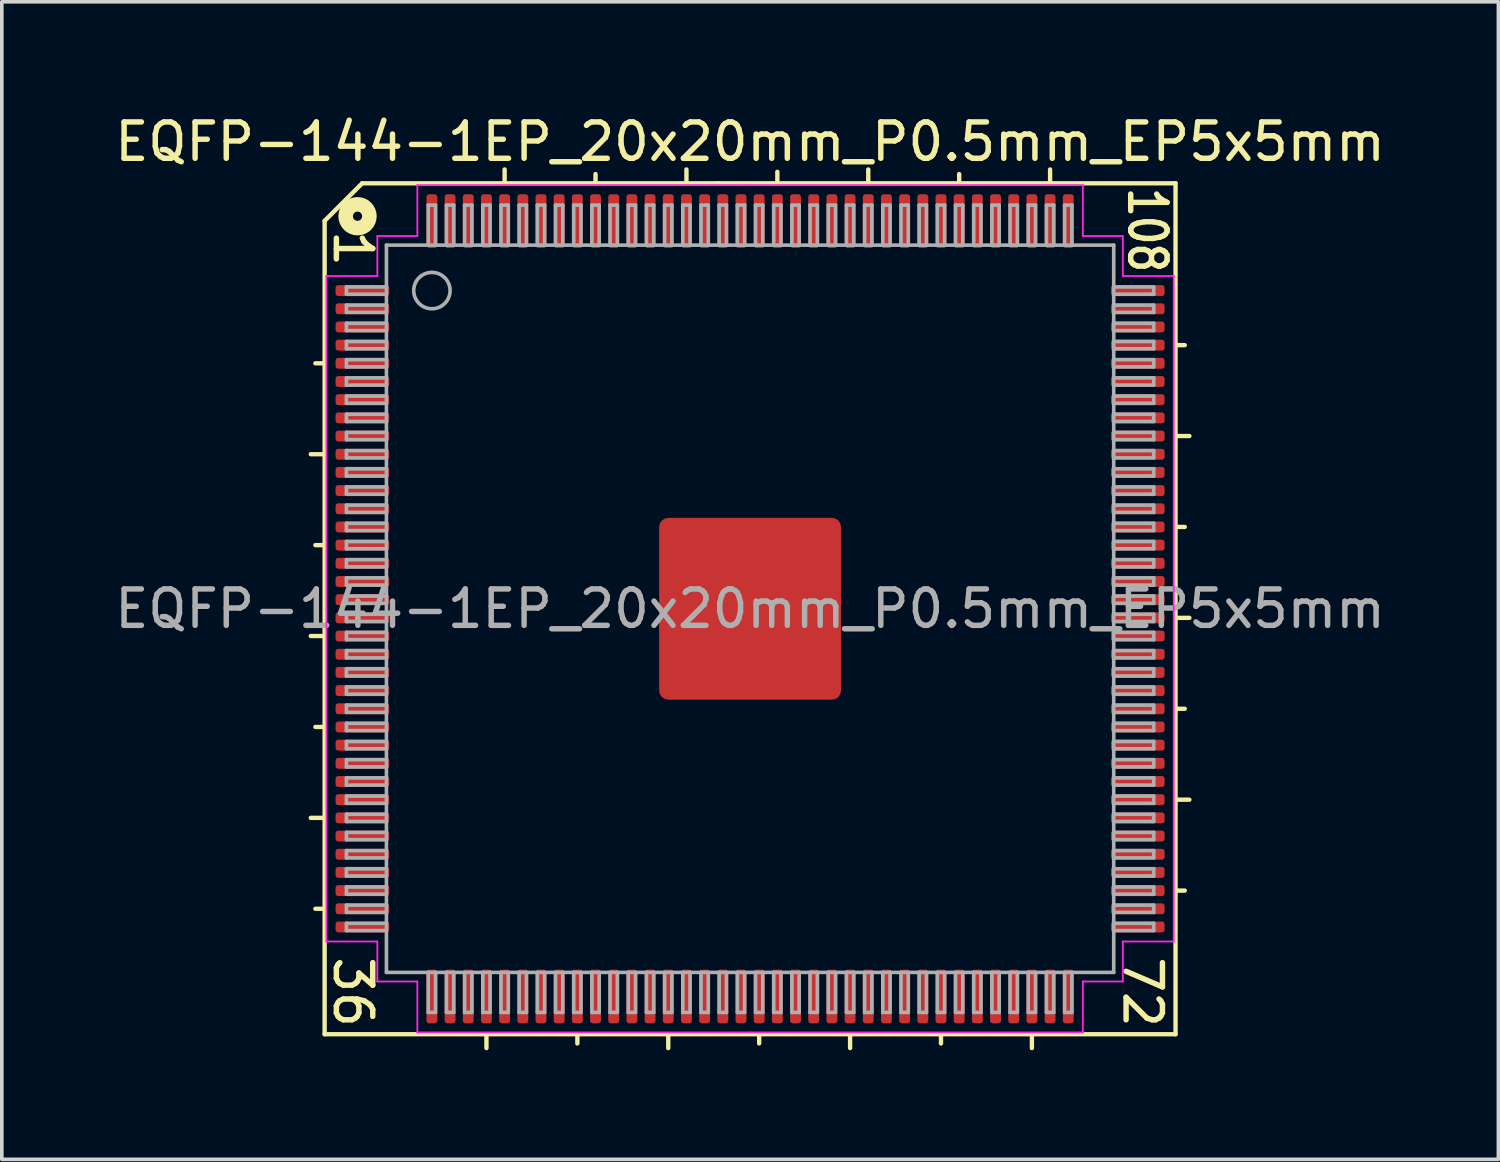
<source format=kicad_pcb>
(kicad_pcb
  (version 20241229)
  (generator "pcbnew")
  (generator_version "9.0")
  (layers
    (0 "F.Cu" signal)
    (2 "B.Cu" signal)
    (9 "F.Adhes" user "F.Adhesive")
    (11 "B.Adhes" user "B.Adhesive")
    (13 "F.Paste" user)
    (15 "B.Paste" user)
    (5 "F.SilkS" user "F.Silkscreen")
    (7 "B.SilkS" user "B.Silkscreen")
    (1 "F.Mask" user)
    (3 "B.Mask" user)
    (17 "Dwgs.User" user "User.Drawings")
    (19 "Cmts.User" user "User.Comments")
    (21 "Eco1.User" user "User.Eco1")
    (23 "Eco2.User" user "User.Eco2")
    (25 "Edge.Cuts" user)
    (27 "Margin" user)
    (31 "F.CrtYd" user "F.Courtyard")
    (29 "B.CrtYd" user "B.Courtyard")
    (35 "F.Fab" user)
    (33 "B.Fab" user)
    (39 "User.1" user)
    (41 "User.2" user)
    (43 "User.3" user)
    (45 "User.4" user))
  (footprint "EQFP-144-1EP_20x20mm_P0.5mm_EP5x5mm"
    (layer "F.Cu")
    (at 17.577 13.691)
    (property "Reference" "EQFP-144-1EP_20x20mm_P0.5mm_EP5x5mm" (at 0 -12.843 0) (layer "F.SilkS") (effects (font (size 1 1) (thickness 0.15))))
    (attr smd)
    (fp_line (start -11.7 -10.668) (end -11.7 11.7) (stroke (width 0.12) (type solid)) (layer "F.SilkS"))
    (fp_line (start -11.7 -6.75) (end -11.954 -6.75) (stroke (width 0.12) (type solid)) (layer "F.SilkS"))
    (fp_line (start -11.7 -4.25) (end -12.081 -4.25) (stroke (width 0.12) (type solid)) (layer "F.SilkS"))
    (fp_line (start -11.7 -1.75) (end -11.954 -1.75) (stroke (width 0.12) (type solid)) (layer "F.SilkS"))
    (fp_line (start -11.7 0.75) (end -12.081 0.75) (stroke (width 0.12) (type solid)) (layer "F.SilkS"))
    (fp_line (start -11.7 3.25) (end -11.954 3.25) (stroke (width 0.12) (type solid)) (layer "F.SilkS"))
    (fp_line (start -11.7 5.75) (end -12.081 5.75) (stroke (width 0.12) (type solid)) (layer "F.SilkS"))
    (fp_line (start -11.7 8.25) (end -11.954 8.25) (stroke (width 0.12) (type solid)) (layer "F.SilkS"))
    (fp_line (start -11.7 11.7) (end 11.7 11.7) (stroke (width 0.12) (type solid)) (layer "F.SilkS"))
    (fp_line (start -10.668 -11.7) (end -11.7 -10.668) (stroke (width 0.12) (type solid)) (layer "F.SilkS"))
    (fp_line (start -7.25 11.7) (end -7.25 12.081) (stroke (width 0.12) (type solid)) (layer "F.SilkS"))
    (fp_line (start -6.75 -11.7) (end -6.75 -12.081) (stroke (width 0.12) (type solid)) (layer "F.SilkS"))
    (fp_line (start -4.75 11.7) (end -4.75 11.954) (stroke (width 0.12) (type solid)) (layer "F.SilkS"))
    (fp_line (start -4.25 -11.7) (end -4.25 -11.954) (stroke (width 0.12) (type solid)) (layer "F.SilkS"))
    (fp_line (start -2.25 11.7) (end -2.25 12.081) (stroke (width 0.12) (type solid)) (layer "F.SilkS"))
    (fp_line (start -1.75 -11.7) (end -1.75 -12.081) (stroke (width 0.12) (type solid)) (layer "F.SilkS"))
    (fp_line (start -0.889 -11.7) (end -10.668 -11.7) (stroke (width 0.12) (type solid)) (layer "F.SilkS"))
    (fp_line (start 0.25 11.7) (end 0.25 11.954) (stroke (width 0.12) (type solid)) (layer "F.SilkS"))
    (fp_line (start 0.75 -11.766) (end 0.75 -12.016) (stroke (width 0.12) (type solid)) (layer "F.SilkS"))
    (fp_line (start 2.75 11.7) (end 2.75 12.081) (stroke (width 0.12) (type solid)) (layer "F.SilkS"))
    (fp_line (start 3.25 -11.7) (end 3.25 -12.081) (stroke (width 0.12) (type solid)) (layer "F.SilkS"))
    (fp_line (start 5.25 11.7) (end 5.25 11.954) (stroke (width 0.12) (type solid)) (layer "F.SilkS"))
    (fp_line (start 5.75 -11.7) (end 5.75 -11.954) (stroke (width 0.12) (type solid)) (layer "F.SilkS"))
    (fp_line (start 7.75 11.7) (end 7.75 12.081) (stroke (width 0.12) (type solid)) (layer "F.SilkS"))
    (fp_line (start 8.25 -11.7) (end 8.25 -12.081) (stroke (width 0.12) (type solid)) (layer "F.SilkS"))
    (fp_line (start 11.7 -11.7) (end -0.889 -11.7) (stroke (width 0.12) (type solid)) (layer "F.SilkS"))
    (fp_line (start 11.7 -7.25) (end 11.954 -7.25) (stroke (width 0.12) (type solid)) (layer "F.SilkS"))
    (fp_line (start 11.7 -4.75) (end 12.081 -4.75) (stroke (width 0.12) (type solid)) (layer "F.SilkS"))
    (fp_line (start 11.7 -2.25) (end 11.954 -2.25) (stroke (width 0.12) (type solid)) (layer "F.SilkS"))
    (fp_line (start 11.7 0.25) (end 12.081 0.25) (stroke (width 0.12) (type solid)) (layer "F.SilkS"))
    (fp_line (start 11.7 2.75) (end 11.954 2.75) (stroke (width 0.12) (type solid)) (layer "F.SilkS"))
    (fp_line (start 11.7 5.25) (end 12.081 5.25) (stroke (width 0.12) (type solid)) (layer "F.SilkS"))
    (fp_line (start 11.7 7.75) (end 11.954 7.75) (stroke (width 0.12) (type solid)) (layer "F.SilkS"))
    (fp_line (start 11.7 11.7) (end 11.7 -11.7) (stroke (width 0.12) (type solid)) (layer "F.SilkS"))
    (fp_circle (center -10.795 -10.795) (end -10.668 -10.795) (stroke (width 0.4) (type solid)) (fill no) (layer "F.SilkS"))
    (fp_line (start -11.65 -9.15) (end -11.65 0) (stroke (width 0.05) (type solid)) (layer "F.CrtYd"))
    (fp_line (start -11.65 9.15) (end -11.65 0) (stroke (width 0.05) (type solid)) (layer "F.CrtYd"))
    (fp_line (start -10.25 -10.25) (end -10.25 -9.15) (stroke (width 0.05) (type solid)) (layer "F.CrtYd"))
    (fp_line (start -10.25 -9.15) (end -11.65 -9.15) (stroke (width 0.05) (type solid)) (layer "F.CrtYd"))
    (fp_line (start -10.25 9.15) (end -11.65 9.15) (stroke (width 0.05) (type solid)) (layer "F.CrtYd"))
    (fp_line (start -10.25 10.25) (end -10.25 9.15) (stroke (width 0.05) (type solid)) (layer "F.CrtYd"))
    (fp_line (start -9.15 -11.65) (end -9.15 -10.25) (stroke (width 0.05) (type solid)) (layer "F.CrtYd"))
    (fp_line (start -9.15 -10.25) (end -10.25 -10.25) (stroke (width 0.05) (type solid)) (layer "F.CrtYd"))
    (fp_line (start -9.15 10.25) (end -10.25 10.25) (stroke (width 0.05) (type solid)) (layer "F.CrtYd"))
    (fp_line (start -9.15 11.65) (end -9.15 10.25) (stroke (width 0.05) (type solid)) (layer "F.CrtYd"))
    (fp_line (start 0 -11.65) (end -9.15 -11.65) (stroke (width 0.05) (type solid)) (layer "F.CrtYd"))
    (fp_line (start 0 -11.65) (end 9.15 -11.65) (stroke (width 0.05) (type solid)) (layer "F.CrtYd"))
    (fp_line (start 0 11.65) (end -9.15 11.65) (stroke (width 0.05) (type solid)) (layer "F.CrtYd"))
    (fp_line (start 0 11.65) (end 9.15 11.65) (stroke (width 0.05) (type solid)) (layer "F.CrtYd"))
    (fp_line (start 9.15 -11.65) (end 9.15 -10.25) (stroke (width 0.05) (type solid)) (layer "F.CrtYd"))
    (fp_line (start 9.15 -10.25) (end 10.25 -10.25) (stroke (width 0.05) (type solid)) (layer "F.CrtYd"))
    (fp_line (start 9.15 10.25) (end 10.25 10.25) (stroke (width 0.05) (type solid)) (layer "F.CrtYd"))
    (fp_line (start 9.15 11.65) (end 9.15 10.25) (stroke (width 0.05) (type solid)) (layer "F.CrtYd"))
    (fp_line (start 10.25 -10.25) (end 10.25 -9.15) (stroke (width 0.05) (type solid)) (layer "F.CrtYd"))
    (fp_line (start 10.25 -9.15) (end 11.65 -9.15) (stroke (width 0.05) (type solid)) (layer "F.CrtYd"))
    (fp_line (start 10.25 9.15) (end 11.65 9.15) (stroke (width 0.05) (type solid)) (layer "F.CrtYd"))
    (fp_line (start 10.25 10.25) (end 10.25 9.15) (stroke (width 0.05) (type solid)) (layer "F.CrtYd"))
    (fp_line (start 11.65 -9.15) (end 11.65 0) (stroke (width 0.05) (type solid)) (layer "F.CrtYd"))
    (fp_line (start 11.65 9.15) (end 11.65 0) (stroke (width 0.05) (type solid)) (layer "F.CrtYd"))
    (fp_line (start -11.1 -8.85) (end -11.1 -8.65) (stroke (width 0.1) (type solid)) (layer "F.Fab"))
    (fp_line (start -11.1 -8.85) (end -10 -8.85) (stroke (width 0.1) (type solid)) (layer "F.Fab"))
    (fp_line (start -11.1 -8.65) (end -10 -8.65) (stroke (width 0.1) (type solid)) (layer "F.Fab"))
    (fp_line (start -11.1 -8.35) (end -11.1 -8.15) (stroke (width 0.1) (type solid)) (layer "F.Fab"))
    (fp_line (start -11.1 -8.35) (end -10 -8.35) (stroke (width 0.1) (type solid)) (layer "F.Fab"))
    (fp_line (start -11.1 -8.15) (end -10 -8.15) (stroke (width 0.1) (type solid)) (layer "F.Fab"))
    (fp_line (start -11.1 -7.85) (end -11.1 -7.65) (stroke (width 0.1) (type solid)) (layer "F.Fab"))
    (fp_line (start -11.1 -7.85) (end -10 -7.85) (stroke (width 0.1) (type solid)) (layer "F.Fab"))
    (fp_line (start -11.1 -7.65) (end -10 -7.65) (stroke (width 0.1) (type solid)) (layer "F.Fab"))
    (fp_line (start -11.1 -7.35) (end -11.1 -7.15) (stroke (width 0.1) (type solid)) (layer "F.Fab"))
    (fp_line (start -11.1 -7.35) (end -10 -7.35) (stroke (width 0.1) (type solid)) (layer "F.Fab"))
    (fp_line (start -11.1 -7.15) (end -10 -7.15) (stroke (width 0.1) (type solid)) (layer "F.Fab"))
    (fp_line (start -11.1 -6.85) (end -11.1 -6.65) (stroke (width 0.1) (type solid)) (layer "F.Fab"))
    (fp_line (start -11.1 -6.85) (end -10 -6.85) (stroke (width 0.1) (type solid)) (layer "F.Fab"))
    (fp_line (start -11.1 -6.65) (end -10 -6.65) (stroke (width 0.1) (type solid)) (layer "F.Fab"))
    (fp_line (start -11.1 -6.35) (end -11.1 -6.15) (stroke (width 0.1) (type solid)) (layer "F.Fab"))
    (fp_line (start -11.1 -6.35) (end -10 -6.35) (stroke (width 0.1) (type solid)) (layer "F.Fab"))
    (fp_line (start -11.1 -6.15) (end -10 -6.15) (stroke (width 0.1) (type solid)) (layer "F.Fab"))
    (fp_line (start -11.1 -5.85) (end -11.1 -5.65) (stroke (width 0.1) (type solid)) (layer "F.Fab"))
    (fp_line (start -11.1 -5.85) (end -10 -5.85) (stroke (width 0.1) (type solid)) (layer "F.Fab"))
    (fp_line (start -11.1 -5.65) (end -10 -5.65) (stroke (width 0.1) (type solid)) (layer "F.Fab"))
    (fp_line (start -11.1 -5.35) (end -11.1 -5.15) (stroke (width 0.1) (type solid)) (layer "F.Fab"))
    (fp_line (start -11.1 -5.35) (end -10 -5.35) (stroke (width 0.1) (type solid)) (layer "F.Fab"))
    (fp_line (start -11.1 -5.15) (end -10 -5.15) (stroke (width 0.1) (type solid)) (layer "F.Fab"))
    (fp_line (start -11.1 -4.85) (end -11.1 -4.65) (stroke (width 0.1) (type solid)) (layer "F.Fab"))
    (fp_line (start -11.1 -4.85) (end -10 -4.85) (stroke (width 0.1) (type solid)) (layer "F.Fab"))
    (fp_line (start -11.1 -4.65) (end -10 -4.65) (stroke (width 0.1) (type solid)) (layer "F.Fab"))
    (fp_line (start -11.1 -4.35) (end -11.1 -4.15) (stroke (width 0.1) (type solid)) (layer "F.Fab"))
    (fp_line (start -11.1 -4.35) (end -10 -4.35) (stroke (width 0.1) (type solid)) (layer "F.Fab"))
    (fp_line (start -11.1 -4.15) (end -10 -4.15) (stroke (width 0.1) (type solid)) (layer "F.Fab"))
    (fp_line (start -11.1 -3.85) (end -11.1 -3.65) (stroke (width 0.1) (type solid)) (layer "F.Fab"))
    (fp_line (start -11.1 -3.85) (end -10 -3.85) (stroke (width 0.1) (type solid)) (layer "F.Fab"))
    (fp_line (start -11.1 -3.65) (end -10 -3.65) (stroke (width 0.1) (type solid)) (layer "F.Fab"))
    (fp_line (start -11.1 -3.35) (end -11.1 -3.15) (stroke (width 0.1) (type solid)) (layer "F.Fab"))
    (fp_line (start -11.1 -3.35) (end -10 -3.35) (stroke (width 0.1) (type solid)) (layer "F.Fab"))
    (fp_line (start -11.1 -3.15) (end -10 -3.15) (stroke (width 0.1) (type solid)) (layer "F.Fab"))
    (fp_line (start -11.1 -2.85) (end -11.1 -2.65) (stroke (width 0.1) (type solid)) (layer "F.Fab"))
    (fp_line (start -11.1 -2.85) (end -10 -2.85) (stroke (width 0.1) (type solid)) (layer "F.Fab"))
    (fp_line (start -11.1 -2.65) (end -10 -2.65) (stroke (width 0.1) (type solid)) (layer "F.Fab"))
    (fp_line (start -11.1 -2.35) (end -11.1 -2.15) (stroke (width 0.1) (type solid)) (layer "F.Fab"))
    (fp_line (start -11.1 -2.35) (end -10 -2.35) (stroke (width 0.1) (type solid)) (layer "F.Fab"))
    (fp_line (start -11.1 -2.15) (end -10 -2.15) (stroke (width 0.1) (type solid)) (layer "F.Fab"))
    (fp_line (start -11.1 -1.85) (end -11.1 -1.65) (stroke (width 0.1) (type solid)) (layer "F.Fab"))
    (fp_line (start -11.1 -1.85) (end -10 -1.85) (stroke (width 0.1) (type solid)) (layer "F.Fab"))
    (fp_line (start -11.1 -1.65) (end -10 -1.65) (stroke (width 0.1) (type solid)) (layer "F.Fab"))
    (fp_line (start -11.1 -1.35) (end -11.1 -1.15) (stroke (width 0.1) (type solid)) (layer "F.Fab"))
    (fp_line (start -11.1 -1.35) (end -10 -1.35) (stroke (width 0.1) (type solid)) (layer "F.Fab"))
    (fp_line (start -11.1 -1.15) (end -10 -1.15) (stroke (width 0.1) (type solid)) (layer "F.Fab"))
    (fp_line (start -11.1 -0.85) (end -11.1 -0.65) (stroke (width 0.1) (type solid)) (layer "F.Fab"))
    (fp_line (start -11.1 -0.85) (end -10 -0.85) (stroke (width 0.1) (type solid)) (layer "F.Fab"))
    (fp_line (start -11.1 -0.65) (end -10 -0.65) (stroke (width 0.1) (type solid)) (layer "F.Fab"))
    (fp_line (start -11.1 -0.35) (end -11.1 -0.15) (stroke (width 0.1) (type solid)) (layer "F.Fab"))
    (fp_line (start -11.1 -0.35) (end -10 -0.35) (stroke (width 0.1) (type solid)) (layer "F.Fab"))
    (fp_line (start -11.1 -0.15) (end -10 -0.15) (stroke (width 0.1) (type solid)) (layer "F.Fab"))
    (fp_line (start -11.1 0.15) (end -11.1 0.35) (stroke (width 0.1) (type solid)) (layer "F.Fab"))
    (fp_line (start -11.1 0.15) (end -10 0.15) (stroke (width 0.1) (type solid)) (layer "F.Fab"))
    (fp_line (start -11.1 0.35) (end -10 0.35) (stroke (width 0.1) (type solid)) (layer "F.Fab"))
    (fp_line (start -11.1 0.65) (end -11.1 0.85) (stroke (width 0.1) (type solid)) (layer "F.Fab"))
    (fp_line (start -11.1 0.65) (end -10 0.65) (stroke (width 0.1) (type solid)) (layer "F.Fab"))
    (fp_line (start -11.1 0.85) (end -10 0.85) (stroke (width 0.1) (type solid)) (layer "F.Fab"))
    (fp_line (start -11.1 1.15) (end -11.1 1.35) (stroke (width 0.1) (type solid)) (layer "F.Fab"))
    (fp_line (start -11.1 1.15) (end -10 1.15) (stroke (width 0.1) (type solid)) (layer "F.Fab"))
    (fp_line (start -11.1 1.35) (end -10 1.35) (stroke (width 0.1) (type solid)) (layer "F.Fab"))
    (fp_line (start -11.1 1.65) (end -11.1 1.85) (stroke (width 0.1) (type solid)) (layer "F.Fab"))
    (fp_line (start -11.1 1.65) (end -10 1.65) (stroke (width 0.1) (type solid)) (layer "F.Fab"))
    (fp_line (start -11.1 1.85) (end -10 1.85) (stroke (width 0.1) (type solid)) (layer "F.Fab"))
    (fp_line (start -11.1 2.15) (end -11.1 2.35) (stroke (width 0.1) (type solid)) (layer "F.Fab"))
    (fp_line (start -11.1 2.15) (end -10 2.15) (stroke (width 0.1) (type solid)) (layer "F.Fab"))
    (fp_line (start -11.1 2.35) (end -10 2.35) (stroke (width 0.1) (type solid)) (layer "F.Fab"))
    (fp_line (start -11.1 2.65) (end -11.1 2.85) (stroke (width 0.1) (type solid)) (layer "F.Fab"))
    (fp_line (start -11.1 2.65) (end -10 2.65) (stroke (width 0.1) (type solid)) (layer "F.Fab"))
    (fp_line (start -11.1 2.85) (end -10 2.85) (stroke (width 0.1) (type solid)) (layer "F.Fab"))
    (fp_line (start -11.1 3.15) (end -11.1 3.35) (stroke (width 0.1) (type solid)) (layer "F.Fab"))
    (fp_line (start -11.1 3.15) (end -10 3.15) (stroke (width 0.1) (type solid)) (layer "F.Fab"))
    (fp_line (start -11.1 3.35) (end -10 3.35) (stroke (width 0.1) (type solid)) (layer "F.Fab"))
    (fp_line (start -11.1 3.65) (end -11.1 3.85) (stroke (width 0.1) (type solid)) (layer "F.Fab"))
    (fp_line (start -11.1 3.65) (end -10 3.65) (stroke (width 0.1) (type solid)) (layer "F.Fab"))
    (fp_line (start -11.1 3.85) (end -10 3.85) (stroke (width 0.1) (type solid)) (layer "F.Fab"))
    (fp_line (start -11.1 4.15) (end -11.1 4.35) (stroke (width 0.1) (type solid)) (layer "F.Fab"))
    (fp_line (start -11.1 4.15) (end -10 4.15) (stroke (width 0.1) (type solid)) (layer "F.Fab"))
    (fp_line (start -11.1 4.35) (end -10 4.35) (stroke (width 0.1) (type solid)) (layer "F.Fab"))
    (fp_line (start -11.1 4.65) (end -11.1 4.85) (stroke (width 0.1) (type solid)) (layer "F.Fab"))
    (fp_line (start -11.1 4.65) (end -10 4.65) (stroke (width 0.1) (type solid)) (layer "F.Fab"))
    (fp_line (start -11.1 4.85) (end -10 4.85) (stroke (width 0.1) (type solid)) (layer "F.Fab"))
    (fp_line (start -11.1 5.15) (end -11.1 5.35) (stroke (width 0.1) (type solid)) (layer "F.Fab"))
    (fp_line (start -11.1 5.15) (end -10 5.15) (stroke (width 0.1) (type solid)) (layer "F.Fab"))
    (fp_line (start -11.1 5.35) (end -10 5.35) (stroke (width 0.1) (type solid)) (layer "F.Fab"))
    (fp_line (start -11.1 5.65) (end -11.1 5.85) (stroke (width 0.1) (type solid)) (layer "F.Fab"))
    (fp_line (start -11.1 5.65) (end -10 5.65) (stroke (width 0.1) (type solid)) (layer "F.Fab"))
    (fp_line (start -11.1 5.85) (end -10 5.85) (stroke (width 0.1) (type solid)) (layer "F.Fab"))
    (fp_line (start -11.1 6.15) (end -11.1 6.35) (stroke (width 0.1) (type solid)) (layer "F.Fab"))
    (fp_line (start -11.1 6.15) (end -10 6.15) (stroke (width 0.1) (type solid)) (layer "F.Fab"))
    (fp_line (start -11.1 6.35) (end -10 6.35) (stroke (width 0.1) (type solid)) (layer "F.Fab"))
    (fp_line (start -11.1 6.65) (end -11.1 6.85) (stroke (width 0.1) (type solid)) (layer "F.Fab"))
    (fp_line (start -11.1 6.65) (end -10 6.65) (stroke (width 0.1) (type solid)) (layer "F.Fab"))
    (fp_line (start -11.1 6.85) (end -10 6.85) (stroke (width 0.1) (type solid)) (layer "F.Fab"))
    (fp_line (start -11.1 7.15) (end -11.1 7.35) (stroke (width 0.1) (type solid)) (layer "F.Fab"))
    (fp_line (start -11.1 7.15) (end -10 7.15) (stroke (width 0.1) (type solid)) (layer "F.Fab"))
    (fp_line (start -11.1 7.35) (end -10 7.35) (stroke (width 0.1) (type solid)) (layer "F.Fab"))
    (fp_line (start -11.1 7.65) (end -11.1 7.85) (stroke (width 0.1) (type solid)) (layer "F.Fab"))
    (fp_line (start -11.1 7.65) (end -10 7.65) (stroke (width 0.1) (type solid)) (layer "F.Fab"))
    (fp_line (start -11.1 7.85) (end -10 7.85) (stroke (width 0.1) (type solid)) (layer "F.Fab"))
    (fp_line (start -11.1 8.15) (end -11.1 8.35) (stroke (width 0.1) (type solid)) (layer "F.Fab"))
    (fp_line (start -11.1 8.15) (end -10 8.15) (stroke (width 0.1) (type solid)) (layer "F.Fab"))
    (fp_line (start -11.1 8.35) (end -10 8.35) (stroke (width 0.1) (type solid)) (layer "F.Fab"))
    (fp_line (start -11.1 8.65) (end -11.1 8.85) (stroke (width 0.1) (type solid)) (layer "F.Fab"))
    (fp_line (start -11.1 8.65) (end -10 8.65) (stroke (width 0.1) (type solid)) (layer "F.Fab"))
    (fp_line (start -11.1 8.85) (end -10 8.85) (stroke (width 0.1) (type solid)) (layer "F.Fab"))
    (fp_line (start -10 -10) (end 10 -10) (stroke (width 0.1) (type solid)) (layer "F.Fab"))
    (fp_line (start -10 10) (end -10 -10) (stroke (width 0.1) (type solid)) (layer "F.Fab"))
    (fp_line (start -8.85 -11.1) (end -8.85 -10) (stroke (width 0.1) (type solid)) (layer "F.Fab"))
    (fp_line (start -8.85 11.1) (end -8.85 10) (stroke (width 0.1) (type solid)) (layer "F.Fab"))
    (fp_line (start -8.85 11.1) (end -8.65 11.1) (stroke (width 0.1) (type solid)) (layer "F.Fab"))
    (fp_line (start -8.65 -11.1) (end -8.85 -11.1) (stroke (width 0.1) (type solid)) (layer "F.Fab"))
    (fp_line (start -8.65 -11.1) (end -8.65 -10) (stroke (width 0.1) (type solid)) (layer "F.Fab"))
    (fp_line (start -8.65 11.1) (end -8.65 10) (stroke (width 0.1) (type solid)) (layer "F.Fab"))
    (fp_line (start -8.35 -11.1) (end -8.35 -10) (stroke (width 0.1) (type solid)) (layer "F.Fab"))
    (fp_line (start -8.35 11.1) (end -8.35 10) (stroke (width 0.1) (type solid)) (layer "F.Fab"))
    (fp_line (start -8.35 11.1) (end -8.15 11.1) (stroke (width 0.1) (type solid)) (layer "F.Fab"))
    (fp_line (start -8.15 -11.1) (end -8.35 -11.1) (stroke (width 0.1) (type solid)) (layer "F.Fab"))
    (fp_line (start -8.15 -11.1) (end -8.15 -10) (stroke (width 0.1) (type solid)) (layer "F.Fab"))
    (fp_line (start -8.15 11.1) (end -8.15 10) (stroke (width 0.1) (type solid)) (layer "F.Fab"))
    (fp_line (start -7.85 -11.1) (end -7.85 -10) (stroke (width 0.1) (type solid)) (layer "F.Fab"))
    (fp_line (start -7.85 11.1) (end -7.85 10) (stroke (width 0.1) (type solid)) (layer "F.Fab"))
    (fp_line (start -7.85 11.1) (end -7.65 11.1) (stroke (width 0.1) (type solid)) (layer "F.Fab"))
    (fp_line (start -7.65 -11.1) (end -7.85 -11.1) (stroke (width 0.1) (type solid)) (layer "F.Fab"))
    (fp_line (start -7.65 -11.1) (end -7.65 -10) (stroke (width 0.1) (type solid)) (layer "F.Fab"))
    (fp_line (start -7.65 11.1) (end -7.65 10) (stroke (width 0.1) (type solid)) (layer "F.Fab"))
    (fp_line (start -7.35 -11.1) (end -7.35 -10) (stroke (width 0.1) (type solid)) (layer "F.Fab"))
    (fp_line (start -7.35 11.1) (end -7.35 10) (stroke (width 0.1) (type solid)) (layer "F.Fab"))
    (fp_line (start -7.35 11.1) (end -7.15 11.1) (stroke (width 0.1) (type solid)) (layer "F.Fab"))
    (fp_line (start -7.15 -11.1) (end -7.35 -11.1) (stroke (width 0.1) (type solid)) (layer "F.Fab"))
    (fp_line (start -7.15 -11.1) (end -7.15 -10) (stroke (width 0.1) (type solid)) (layer "F.Fab"))
    (fp_line (start -7.15 11.1) (end -7.15 10) (stroke (width 0.1) (type solid)) (layer "F.Fab"))
    (fp_line (start -6.85 -11.1) (end -6.85 -10) (stroke (width 0.1) (type solid)) (layer "F.Fab"))
    (fp_line (start -6.85 11.1) (end -6.85 10) (stroke (width 0.1) (type solid)) (layer "F.Fab"))
    (fp_line (start -6.85 11.1) (end -6.65 11.1) (stroke (width 0.1) (type solid)) (layer "F.Fab"))
    (fp_line (start -6.65 -11.1) (end -6.85 -11.1) (stroke (width 0.1) (type solid)) (layer "F.Fab"))
    (fp_line (start -6.65 -11.1) (end -6.65 -10) (stroke (width 0.1) (type solid)) (layer "F.Fab"))
    (fp_line (start -6.65 11.1) (end -6.65 10) (stroke (width 0.1) (type solid)) (layer "F.Fab"))
    (fp_line (start -6.35 -11.1) (end -6.35 -10) (stroke (width 0.1) (type solid)) (layer "F.Fab"))
    (fp_line (start -6.35 11.1) (end -6.35 10) (stroke (width 0.1) (type solid)) (layer "F.Fab"))
    (fp_line (start -6.35 11.1) (end -6.15 11.1) (stroke (width 0.1) (type solid)) (layer "F.Fab"))
    (fp_line (start -6.15 -11.1) (end -6.35 -11.1) (stroke (width 0.1) (type solid)) (layer "F.Fab"))
    (fp_line (start -6.15 -11.1) (end -6.15 -10) (stroke (width 0.1) (type solid)) (layer "F.Fab"))
    (fp_line (start -6.15 11.1) (end -6.15 10) (stroke (width 0.1) (type solid)) (layer "F.Fab"))
    (fp_line (start -5.85 -11.1) (end -5.85 -10) (stroke (width 0.1) (type solid)) (layer "F.Fab"))
    (fp_line (start -5.85 11.1) (end -5.85 10) (stroke (width 0.1) (type solid)) (layer "F.Fab"))
    (fp_line (start -5.85 11.1) (end -5.65 11.1) (stroke (width 0.1) (type solid)) (layer "F.Fab"))
    (fp_line (start -5.65 -11.1) (end -5.85 -11.1) (stroke (width 0.1) (type solid)) (layer "F.Fab"))
    (fp_line (start -5.65 -11.1) (end -5.65 -10) (stroke (width 0.1) (type solid)) (layer "F.Fab"))
    (fp_line (start -5.65 11.1) (end -5.65 10) (stroke (width 0.1) (type solid)) (layer "F.Fab"))
    (fp_line (start -5.35 -11.1) (end -5.35 -10) (stroke (width 0.1) (type solid)) (layer "F.Fab"))
    (fp_line (start -5.35 11.1) (end -5.35 10) (stroke (width 0.1) (type solid)) (layer "F.Fab"))
    (fp_line (start -5.35 11.1) (end -5.15 11.1) (stroke (width 0.1) (type solid)) (layer "F.Fab"))
    (fp_line (start -5.15 -11.1) (end -5.35 -11.1) (stroke (width 0.1) (type solid)) (layer "F.Fab"))
    (fp_line (start -5.15 -11.1) (end -5.15 -10) (stroke (width 0.1) (type solid)) (layer "F.Fab"))
    (fp_line (start -5.15 11.1) (end -5.15 10) (stroke (width 0.1) (type solid)) (layer "F.Fab"))
    (fp_line (start -4.85 -11.1) (end -4.85 -10) (stroke (width 0.1) (type solid)) (layer "F.Fab"))
    (fp_line (start -4.85 11.1) (end -4.85 10) (stroke (width 0.1) (type solid)) (layer "F.Fab"))
    (fp_line (start -4.85 11.1) (end -4.65 11.1) (stroke (width 0.1) (type solid)) (layer "F.Fab"))
    (fp_line (start -4.65 -11.1) (end -4.85 -11.1) (stroke (width 0.1) (type solid)) (layer "F.Fab"))
    (fp_line (start -4.65 -11.1) (end -4.65 -10) (stroke (width 0.1) (type solid)) (layer "F.Fab"))
    (fp_line (start -4.65 11.1) (end -4.65 10) (stroke (width 0.1) (type solid)) (layer "F.Fab"))
    (fp_line (start -4.35 -11.1) (end -4.35 -10) (stroke (width 0.1) (type solid)) (layer "F.Fab"))
    (fp_line (start -4.35 11.1) (end -4.35 10) (stroke (width 0.1) (type solid)) (layer "F.Fab"))
    (fp_line (start -4.35 11.1) (end -4.15 11.1) (stroke (width 0.1) (type solid)) (layer "F.Fab"))
    (fp_line (start -4.15 -11.1) (end -4.35 -11.1) (stroke (width 0.1) (type solid)) (layer "F.Fab"))
    (fp_line (start -4.15 -11.1) (end -4.15 -10) (stroke (width 0.1) (type solid)) (layer "F.Fab"))
    (fp_line (start -4.15 11.1) (end -4.15 10) (stroke (width 0.1) (type solid)) (layer "F.Fab"))
    (fp_line (start -3.85 -11.1) (end -3.85 -10) (stroke (width 0.1) (type solid)) (layer "F.Fab"))
    (fp_line (start -3.85 11.1) (end -3.85 10) (stroke (width 0.1) (type solid)) (layer "F.Fab"))
    (fp_line (start -3.85 11.1) (end -3.65 11.1) (stroke (width 0.1) (type solid)) (layer "F.Fab"))
    (fp_line (start -3.65 -11.1) (end -3.85 -11.1) (stroke (width 0.1) (type solid)) (layer "F.Fab"))
    (fp_line (start -3.65 -11.1) (end -3.65 -10) (stroke (width 0.1) (type solid)) (layer "F.Fab"))
    (fp_line (start -3.65 11.1) (end -3.65 10) (stroke (width 0.1) (type solid)) (layer "F.Fab"))
    (fp_line (start -3.35 -11.1) (end -3.35 -10) (stroke (width 0.1) (type solid)) (layer "F.Fab"))
    (fp_line (start -3.35 11.1) (end -3.35 10) (stroke (width 0.1) (type solid)) (layer "F.Fab"))
    (fp_line (start -3.35 11.1) (end -3.15 11.1) (stroke (width 0.1) (type solid)) (layer "F.Fab"))
    (fp_line (start -3.15 -11.1) (end -3.35 -11.1) (stroke (width 0.1) (type solid)) (layer "F.Fab"))
    (fp_line (start -3.15 -11.1) (end -3.15 -10) (stroke (width 0.1) (type solid)) (layer "F.Fab"))
    (fp_line (start -3.15 11.1) (end -3.15 10) (stroke (width 0.1) (type solid)) (layer "F.Fab"))
    (fp_line (start -2.85 -11.1) (end -2.85 -10) (stroke (width 0.1) (type solid)) (layer "F.Fab"))
    (fp_line (start -2.85 11.1) (end -2.85 10) (stroke (width 0.1) (type solid)) (layer "F.Fab"))
    (fp_line (start -2.85 11.1) (end -2.65 11.1) (stroke (width 0.1) (type solid)) (layer "F.Fab"))
    (fp_line (start -2.65 -11.1) (end -2.85 -11.1) (stroke (width 0.1) (type solid)) (layer "F.Fab"))
    (fp_line (start -2.65 -11.1) (end -2.65 -10) (stroke (width 0.1) (type solid)) (layer "F.Fab"))
    (fp_line (start -2.65 11.1) (end -2.65 10) (stroke (width 0.1) (type solid)) (layer "F.Fab"))
    (fp_line (start -2.35 -11.1) (end -2.35 -10) (stroke (width 0.1) (type solid)) (layer "F.Fab"))
    (fp_line (start -2.35 11.1) (end -2.35 10) (stroke (width 0.1) (type solid)) (layer "F.Fab"))
    (fp_line (start -2.35 11.1) (end -2.15 11.1) (stroke (width 0.1) (type solid)) (layer "F.Fab"))
    (fp_line (start -2.15 -11.1) (end -2.35 -11.1) (stroke (width 0.1) (type solid)) (layer "F.Fab"))
    (fp_line (start -2.15 -11.1) (end -2.15 -10) (stroke (width 0.1) (type solid)) (layer "F.Fab"))
    (fp_line (start -2.15 11.1) (end -2.15 10) (stroke (width 0.1) (type solid)) (layer "F.Fab"))
    (fp_line (start -1.85 -11.1) (end -1.85 -10) (stroke (width 0.1) (type solid)) (layer "F.Fab"))
    (fp_line (start -1.85 11.1) (end -1.85 10) (stroke (width 0.1) (type solid)) (layer "F.Fab"))
    (fp_line (start -1.85 11.1) (end -1.65 11.1) (stroke (width 0.1) (type solid)) (layer "F.Fab"))
    (fp_line (start -1.65 -11.1) (end -1.85 -11.1) (stroke (width 0.1) (type solid)) (layer "F.Fab"))
    (fp_line (start -1.65 -11.1) (end -1.65 -10) (stroke (width 0.1) (type solid)) (layer "F.Fab"))
    (fp_line (start -1.65 11.1) (end -1.65 10) (stroke (width 0.1) (type solid)) (layer "F.Fab"))
    (fp_line (start -1.35 -11.1) (end -1.35 -10) (stroke (width 0.1) (type solid)) (layer "F.Fab"))
    (fp_line (start -1.35 11.1) (end -1.35 10) (stroke (width 0.1) (type solid)) (layer "F.Fab"))
    (fp_line (start -1.35 11.1) (end -1.15 11.1) (stroke (width 0.1) (type solid)) (layer "F.Fab"))
    (fp_line (start -1.15 -11.1) (end -1.35 -11.1) (stroke (width 0.1) (type solid)) (layer "F.Fab"))
    (fp_line (start -1.15 -11.1) (end -1.15 -10) (stroke (width 0.1) (type solid)) (layer "F.Fab"))
    (fp_line (start -1.15 11.1) (end -1.15 10) (stroke (width 0.1) (type solid)) (layer "F.Fab"))
    (fp_line (start -0.85 -11.1) (end -0.85 -10) (stroke (width 0.1) (type solid)) (layer "F.Fab"))
    (fp_line (start -0.85 11.1) (end -0.85 10) (stroke (width 0.1) (type solid)) (layer "F.Fab"))
    (fp_line (start -0.85 11.1) (end -0.65 11.1) (stroke (width 0.1) (type solid)) (layer "F.Fab"))
    (fp_line (start -0.65 -11.1) (end -0.85 -11.1) (stroke (width 0.1) (type solid)) (layer "F.Fab"))
    (fp_line (start -0.65 -11.1) (end -0.65 -10) (stroke (width 0.1) (type solid)) (layer "F.Fab"))
    (fp_line (start -0.65 11.1) (end -0.65 10) (stroke (width 0.1) (type solid)) (layer "F.Fab"))
    (fp_line (start -0.35 -11.1) (end -0.35 -10) (stroke (width 0.1) (type solid)) (layer "F.Fab"))
    (fp_line (start -0.35 11.1) (end -0.35 10) (stroke (width 0.1) (type solid)) (layer "F.Fab"))
    (fp_line (start -0.35 11.1) (end -0.15 11.1) (stroke (width 0.1) (type solid)) (layer "F.Fab"))
    (fp_line (start -0.15 -11.1) (end -0.35 -11.1) (stroke (width 0.1) (type solid)) (layer "F.Fab"))
    (fp_line (start -0.15 -11.1) (end -0.15 -10) (stroke (width 0.1) (type solid)) (layer "F.Fab"))
    (fp_line (start -0.15 11.1) (end -0.15 10) (stroke (width 0.1) (type solid)) (layer "F.Fab"))
    (fp_line (start 0.15 -11.1) (end 0.15 -10) (stroke (width 0.1) (type solid)) (layer "F.Fab"))
    (fp_line (start 0.15 11.1) (end 0.15 10) (stroke (width 0.1) (type solid)) (layer "F.Fab"))
    (fp_line (start 0.15 11.1) (end 0.35 11.1) (stroke (width 0.1) (type solid)) (layer "F.Fab"))
    (fp_line (start 0.35 -11.1) (end 0.15 -11.1) (stroke (width 0.1) (type solid)) (layer "F.Fab"))
    (fp_line (start 0.35 -11.1) (end 0.35 -10) (stroke (width 0.1) (type solid)) (layer "F.Fab"))
    (fp_line (start 0.35 11.1) (end 0.35 10) (stroke (width 0.1) (type solid)) (layer "F.Fab"))
    (fp_line (start 0.65 -11.1) (end 0.65 -10) (stroke (width 0.1) (type solid)) (layer "F.Fab"))
    (fp_line (start 0.65 11.1) (end 0.65 10) (stroke (width 0.1) (type solid)) (layer "F.Fab"))
    (fp_line (start 0.65 11.1) (end 0.85 11.1) (stroke (width 0.1) (type solid)) (layer "F.Fab"))
    (fp_line (start 0.85 -11.1) (end 0.65 -11.1) (stroke (width 0.1) (type solid)) (layer "F.Fab"))
    (fp_line (start 0.85 -11.1) (end 0.85 -10) (stroke (width 0.1) (type solid)) (layer "F.Fab"))
    (fp_line (start 0.85 11.1) (end 0.85 10) (stroke (width 0.1) (type solid)) (layer "F.Fab"))
    (fp_line (start 1.15 -11.1) (end 1.15 -10) (stroke (width 0.1) (type solid)) (layer "F.Fab"))
    (fp_line (start 1.15 11.1) (end 1.15 10) (stroke (width 0.1) (type solid)) (layer "F.Fab"))
    (fp_line (start 1.15 11.1) (end 1.35 11.1) (stroke (width 0.1) (type solid)) (layer "F.Fab"))
    (fp_line (start 1.35 -11.1) (end 1.15 -11.1) (stroke (width 0.1) (type solid)) (layer "F.Fab"))
    (fp_line (start 1.35 -11.1) (end 1.35 -10) (stroke (width 0.1) (type solid)) (layer "F.Fab"))
    (fp_line (start 1.35 11.1) (end 1.35 10) (stroke (width 0.1) (type solid)) (layer "F.Fab"))
    (fp_line (start 1.65 -11.1) (end 1.65 -10) (stroke (width 0.1) (type solid)) (layer "F.Fab"))
    (fp_line (start 1.65 11.1) (end 1.65 10) (stroke (width 0.1) (type solid)) (layer "F.Fab"))
    (fp_line (start 1.65 11.1) (end 1.85 11.1) (stroke (width 0.1) (type solid)) (layer "F.Fab"))
    (fp_line (start 1.85 -11.1) (end 1.65 -11.1) (stroke (width 0.1) (type solid)) (layer "F.Fab"))
    (fp_line (start 1.85 -11.1) (end 1.85 -10) (stroke (width 0.1) (type solid)) (layer "F.Fab"))
    (fp_line (start 1.85 11.1) (end 1.85 10) (stroke (width 0.1) (type solid)) (layer "F.Fab"))
    (fp_line (start 2.15 -11.1) (end 2.15 -10) (stroke (width 0.1) (type solid)) (layer "F.Fab"))
    (fp_line (start 2.15 11.1) (end 2.15 10) (stroke (width 0.1) (type solid)) (layer "F.Fab"))
    (fp_line (start 2.15 11.1) (end 2.35 11.1) (stroke (width 0.1) (type solid)) (layer "F.Fab"))
    (fp_line (start 2.35 -11.1) (end 2.15 -11.1) (stroke (width 0.1) (type solid)) (layer "F.Fab"))
    (fp_line (start 2.35 -11.1) (end 2.35 -10) (stroke (width 0.1) (type solid)) (layer "F.Fab"))
    (fp_line (start 2.35 11.1) (end 2.35 10) (stroke (width 0.1) (type solid)) (layer "F.Fab"))
    (fp_line (start 2.65 -11.1) (end 2.65 -10) (stroke (width 0.1) (type solid)) (layer "F.Fab"))
    (fp_line (start 2.65 11.1) (end 2.65 10) (stroke (width 0.1) (type solid)) (layer "F.Fab"))
    (fp_line (start 2.65 11.1) (end 2.85 11.1) (stroke (width 0.1) (type solid)) (layer "F.Fab"))
    (fp_line (start 2.85 -11.1) (end 2.65 -11.1) (stroke (width 0.1) (type solid)) (layer "F.Fab"))
    (fp_line (start 2.85 -11.1) (end 2.85 -10) (stroke (width 0.1) (type solid)) (layer "F.Fab"))
    (fp_line (start 2.85 11.1) (end 2.85 10) (stroke (width 0.1) (type solid)) (layer "F.Fab"))
    (fp_line (start 3.15 -11.1) (end 3.15 -10) (stroke (width 0.1) (type solid)) (layer "F.Fab"))
    (fp_line (start 3.15 11.1) (end 3.15 10) (stroke (width 0.1) (type solid)) (layer "F.Fab"))
    (fp_line (start 3.15 11.1) (end 3.35 11.1) (stroke (width 0.1) (type solid)) (layer "F.Fab"))
    (fp_line (start 3.35 -11.1) (end 3.15 -11.1) (stroke (width 0.1) (type solid)) (layer "F.Fab"))
    (fp_line (start 3.35 -11.1) (end 3.35 -10) (stroke (width 0.1) (type solid)) (layer "F.Fab"))
    (fp_line (start 3.35 11.1) (end 3.35 10) (stroke (width 0.1) (type solid)) (layer "F.Fab"))
    (fp_line (start 3.65 -11.1) (end 3.65 -10) (stroke (width 0.1) (type solid)) (layer "F.Fab"))
    (fp_line (start 3.65 11.1) (end 3.65 10) (stroke (width 0.1) (type solid)) (layer "F.Fab"))
    (fp_line (start 3.65 11.1) (end 3.85 11.1) (stroke (width 0.1) (type solid)) (layer "F.Fab"))
    (fp_line (start 3.85 -11.1) (end 3.65 -11.1) (stroke (width 0.1) (type solid)) (layer "F.Fab"))
    (fp_line (start 3.85 -11.1) (end 3.85 -10) (stroke (width 0.1) (type solid)) (layer "F.Fab"))
    (fp_line (start 3.85 11.1) (end 3.85 10) (stroke (width 0.1) (type solid)) (layer "F.Fab"))
    (fp_line (start 4.15 -11.1) (end 4.15 -10) (stroke (width 0.1) (type solid)) (layer "F.Fab"))
    (fp_line (start 4.15 11.1) (end 4.15 10) (stroke (width 0.1) (type solid)) (layer "F.Fab"))
    (fp_line (start 4.15 11.1) (end 4.35 11.1) (stroke (width 0.1) (type solid)) (layer "F.Fab"))
    (fp_line (start 4.35 -11.1) (end 4.15 -11.1) (stroke (width 0.1) (type solid)) (layer "F.Fab"))
    (fp_line (start 4.35 -11.1) (end 4.35 -10) (stroke (width 0.1) (type solid)) (layer "F.Fab"))
    (fp_line (start 4.35 11.1) (end 4.35 10) (stroke (width 0.1) (type solid)) (layer "F.Fab"))
    (fp_line (start 4.65 -11.1) (end 4.65 -10) (stroke (width 0.1) (type solid)) (layer "F.Fab"))
    (fp_line (start 4.65 11.1) (end 4.65 10) (stroke (width 0.1) (type solid)) (layer "F.Fab"))
    (fp_line (start 4.65 11.1) (end 4.85 11.1) (stroke (width 0.1) (type solid)) (layer "F.Fab"))
    (fp_line (start 4.85 -11.1) (end 4.65 -11.1) (stroke (width 0.1) (type solid)) (layer "F.Fab"))
    (fp_line (start 4.85 -11.1) (end 4.85 -10) (stroke (width 0.1) (type solid)) (layer "F.Fab"))
    (fp_line (start 4.85 11.1) (end 4.85 10) (stroke (width 0.1) (type solid)) (layer "F.Fab"))
    (fp_line (start 5.15 -11.1) (end 5.15 -10) (stroke (width 0.1) (type solid)) (layer "F.Fab"))
    (fp_line (start 5.15 11.1) (end 5.15 10) (stroke (width 0.1) (type solid)) (layer "F.Fab"))
    (fp_line (start 5.15 11.1) (end 5.35 11.1) (stroke (width 0.1) (type solid)) (layer "F.Fab"))
    (fp_line (start 5.35 -11.1) (end 5.15 -11.1) (stroke (width 0.1) (type solid)) (layer "F.Fab"))
    (fp_line (start 5.35 -11.1) (end 5.35 -10) (stroke (width 0.1) (type solid)) (layer "F.Fab"))
    (fp_line (start 5.35 11.1) (end 5.35 10) (stroke (width 0.1) (type solid)) (layer "F.Fab"))
    (fp_line (start 5.65 -11.1) (end 5.65 -10) (stroke (width 0.1) (type solid)) (layer "F.Fab"))
    (fp_line (start 5.65 11.1) (end 5.65 10) (stroke (width 0.1) (type solid)) (layer "F.Fab"))
    (fp_line (start 5.65 11.1) (end 5.85 11.1) (stroke (width 0.1) (type solid)) (layer "F.Fab"))
    (fp_line (start 5.85 -11.1) (end 5.65 -11.1) (stroke (width 0.1) (type solid)) (layer "F.Fab"))
    (fp_line (start 5.85 -11.1) (end 5.85 -10) (stroke (width 0.1) (type solid)) (layer "F.Fab"))
    (fp_line (start 5.85 11.1) (end 5.85 10) (stroke (width 0.1) (type solid)) (layer "F.Fab"))
    (fp_line (start 6.15 -11.1) (end 6.15 -10) (stroke (width 0.1) (type solid)) (layer "F.Fab"))
    (fp_line (start 6.15 11.1) (end 6.15 10) (stroke (width 0.1) (type solid)) (layer "F.Fab"))
    (fp_line (start 6.15 11.1) (end 6.35 11.1) (stroke (width 0.1) (type solid)) (layer "F.Fab"))
    (fp_line (start 6.35 -11.1) (end 6.15 -11.1) (stroke (width 0.1) (type solid)) (layer "F.Fab"))
    (fp_line (start 6.35 -11.1) (end 6.35 -10) (stroke (width 0.1) (type solid)) (layer "F.Fab"))
    (fp_line (start 6.35 11.1) (end 6.35 10) (stroke (width 0.1) (type solid)) (layer "F.Fab"))
    (fp_line (start 6.65 -11.1) (end 6.65 -10) (stroke (width 0.1) (type solid)) (layer "F.Fab"))
    (fp_line (start 6.65 11.1) (end 6.65 10) (stroke (width 0.1) (type solid)) (layer "F.Fab"))
    (fp_line (start 6.65 11.1) (end 6.85 11.1) (stroke (width 0.1) (type solid)) (layer "F.Fab"))
    (fp_line (start 6.85 -11.1) (end 6.65 -11.1) (stroke (width 0.1) (type solid)) (layer "F.Fab"))
    (fp_line (start 6.85 -11.1) (end 6.85 -10) (stroke (width 0.1) (type solid)) (layer "F.Fab"))
    (fp_line (start 6.85 11.1) (end 6.85 10) (stroke (width 0.1) (type solid)) (layer "F.Fab"))
    (fp_line (start 7.15 -11.1) (end 7.15 -10) (stroke (width 0.1) (type solid)) (layer "F.Fab"))
    (fp_line (start 7.15 11.1) (end 7.15 10) (stroke (width 0.1) (type solid)) (layer "F.Fab"))
    (fp_line (start 7.15 11.1) (end 7.35 11.1) (stroke (width 0.1) (type solid)) (layer "F.Fab"))
    (fp_line (start 7.35 -11.1) (end 7.15 -11.1) (stroke (width 0.1) (type solid)) (layer "F.Fab"))
    (fp_line (start 7.35 -11.1) (end 7.35 -10) (stroke (width 0.1) (type solid)) (layer "F.Fab"))
    (fp_line (start 7.35 11.1) (end 7.35 10) (stroke (width 0.1) (type solid)) (layer "F.Fab"))
    (fp_line (start 7.65 -11.1) (end 7.65 -10) (stroke (width 0.1) (type solid)) (layer "F.Fab"))
    (fp_line (start 7.65 11.1) (end 7.65 10) (stroke (width 0.1) (type solid)) (layer "F.Fab"))
    (fp_line (start 7.65 11.1) (end 7.85 11.1) (stroke (width 0.1) (type solid)) (layer "F.Fab"))
    (fp_line (start 7.85 -11.1) (end 7.65 -11.1) (stroke (width 0.1) (type solid)) (layer "F.Fab"))
    (fp_line (start 7.85 -11.1) (end 7.85 -10) (stroke (width 0.1) (type solid)) (layer "F.Fab"))
    (fp_line (start 7.85 11.1) (end 7.85 10) (stroke (width 0.1) (type solid)) (layer "F.Fab"))
    (fp_line (start 8.15 -11.1) (end 8.15 -10) (stroke (width 0.1) (type solid)) (layer "F.Fab"))
    (fp_line (start 8.15 11.1) (end 8.15 10) (stroke (width 0.1) (type solid)) (layer "F.Fab"))
    (fp_line (start 8.15 11.1) (end 8.35 11.1) (stroke (width 0.1) (type solid)) (layer "F.Fab"))
    (fp_line (start 8.35 -11.1) (end 8.15 -11.1) (stroke (width 0.1) (type solid)) (layer "F.Fab"))
    (fp_line (start 8.35 -11.1) (end 8.35 -10) (stroke (width 0.1) (type solid)) (layer "F.Fab"))
    (fp_line (start 8.35 11.1) (end 8.35 10) (stroke (width 0.1) (type solid)) (layer "F.Fab"))
    (fp_line (start 8.65 -11.1) (end 8.65 -10) (stroke (width 0.1) (type solid)) (layer "F.Fab"))
    (fp_line (start 8.65 11.1) (end 8.65 10) (stroke (width 0.1) (type solid)) (layer "F.Fab"))
    (fp_line (start 8.65 11.1) (end 8.85 11.1) (stroke (width 0.1) (type solid)) (layer "F.Fab"))
    (fp_line (start 8.85 -11.1) (end 8.65 -11.1) (stroke (width 0.1) (type solid)) (layer "F.Fab"))
    (fp_line (start 8.85 -11.1) (end 8.85 -10) (stroke (width 0.1) (type solid)) (layer "F.Fab"))
    (fp_line (start 8.85 11.1) (end 8.85 10) (stroke (width 0.1) (type solid)) (layer "F.Fab"))
    (fp_line (start 10 -10) (end 10 10) (stroke (width 0.1) (type solid)) (layer "F.Fab"))
    (fp_line (start 10 10) (end -10 10) (stroke (width 0.1) (type solid)) (layer "F.Fab"))
    (fp_line (start 11.1 -8.85) (end 10 -8.85) (stroke (width 0.1) (type solid)) (layer "F.Fab"))
    (fp_line (start 11.1 -8.65) (end 10 -8.65) (stroke (width 0.1) (type solid)) (layer "F.Fab"))
    (fp_line (start 11.1 -8.65) (end 11.1 -8.85) (stroke (width 0.1) (type solid)) (layer "F.Fab"))
    (fp_line (start 11.1 -8.35) (end 10 -8.35) (stroke (width 0.1) (type solid)) (layer "F.Fab"))
    (fp_line (start 11.1 -8.15) (end 10 -8.15) (stroke (width 0.1) (type solid)) (layer "F.Fab"))
    (fp_line (start 11.1 -8.15) (end 11.1 -8.35) (stroke (width 0.1) (type solid)) (layer "F.Fab"))
    (fp_line (start 11.1 -7.85) (end 10 -7.85) (stroke (width 0.1) (type solid)) (layer "F.Fab"))
    (fp_line (start 11.1 -7.65) (end 10 -7.65) (stroke (width 0.1) (type solid)) (layer "F.Fab"))
    (fp_line (start 11.1 -7.65) (end 11.1 -7.85) (stroke (width 0.1) (type solid)) (layer "F.Fab"))
    (fp_line (start 11.1 -7.35) (end 10 -7.35) (stroke (width 0.1) (type solid)) (layer "F.Fab"))
    (fp_line (start 11.1 -7.15) (end 10 -7.15) (stroke (width 0.1) (type solid)) (layer "F.Fab"))
    (fp_line (start 11.1 -7.15) (end 11.1 -7.35) (stroke (width 0.1) (type solid)) (layer "F.Fab"))
    (fp_line (start 11.1 -6.85) (end 10 -6.85) (stroke (width 0.1) (type solid)) (layer "F.Fab"))
    (fp_line (start 11.1 -6.65) (end 10 -6.65) (stroke (width 0.1) (type solid)) (layer "F.Fab"))
    (fp_line (start 11.1 -6.65) (end 11.1 -6.85) (stroke (width 0.1) (type solid)) (layer "F.Fab"))
    (fp_line (start 11.1 -6.35) (end 10 -6.35) (stroke (width 0.1) (type solid)) (layer "F.Fab"))
    (fp_line (start 11.1 -6.15) (end 10 -6.15) (stroke (width 0.1) (type solid)) (layer "F.Fab"))
    (fp_line (start 11.1 -6.15) (end 11.1 -6.35) (stroke (width 0.1) (type solid)) (layer "F.Fab"))
    (fp_line (start 11.1 -5.85) (end 10 -5.85) (stroke (width 0.1) (type solid)) (layer "F.Fab"))
    (fp_line (start 11.1 -5.65) (end 10 -5.65) (stroke (width 0.1) (type solid)) (layer "F.Fab"))
    (fp_line (start 11.1 -5.65) (end 11.1 -5.85) (stroke (width 0.1) (type solid)) (layer "F.Fab"))
    (fp_line (start 11.1 -5.35) (end 10 -5.35) (stroke (width 0.1) (type solid)) (layer "F.Fab"))
    (fp_line (start 11.1 -5.15) (end 10 -5.15) (stroke (width 0.1) (type solid)) (layer "F.Fab"))
    (fp_line (start 11.1 -5.15) (end 11.1 -5.35) (stroke (width 0.1) (type solid)) (layer "F.Fab"))
    (fp_line (start 11.1 -4.85) (end 10 -4.85) (stroke (width 0.1) (type solid)) (layer "F.Fab"))
    (fp_line (start 11.1 -4.65) (end 10 -4.65) (stroke (width 0.1) (type solid)) (layer "F.Fab"))
    (fp_line (start 11.1 -4.65) (end 11.1 -4.85) (stroke (width 0.1) (type solid)) (layer "F.Fab"))
    (fp_line (start 11.1 -4.35) (end 10 -4.35) (stroke (width 0.1) (type solid)) (layer "F.Fab"))
    (fp_line (start 11.1 -4.15) (end 10 -4.15) (stroke (width 0.1) (type solid)) (layer "F.Fab"))
    (fp_line (start 11.1 -4.15) (end 11.1 -4.35) (stroke (width 0.1) (type solid)) (layer "F.Fab"))
    (fp_line (start 11.1 -3.85) (end 10 -3.85) (stroke (width 0.1) (type solid)) (layer "F.Fab"))
    (fp_line (start 11.1 -3.65) (end 10 -3.65) (stroke (width 0.1) (type solid)) (layer "F.Fab"))
    (fp_line (start 11.1 -3.65) (end 11.1 -3.85) (stroke (width 0.1) (type solid)) (layer "F.Fab"))
    (fp_line (start 11.1 -3.35) (end 10 -3.35) (stroke (width 0.1) (type solid)) (layer "F.Fab"))
    (fp_line (start 11.1 -3.15) (end 10 -3.15) (stroke (width 0.1) (type solid)) (layer "F.Fab"))
    (fp_line (start 11.1 -3.15) (end 11.1 -3.35) (stroke (width 0.1) (type solid)) (layer "F.Fab"))
    (fp_line (start 11.1 -2.85) (end 10 -2.85) (stroke (width 0.1) (type solid)) (layer "F.Fab"))
    (fp_line (start 11.1 -2.65) (end 10 -2.65) (stroke (width 0.1) (type solid)) (layer "F.Fab"))
    (fp_line (start 11.1 -2.65) (end 11.1 -2.85) (stroke (width 0.1) (type solid)) (layer "F.Fab"))
    (fp_line (start 11.1 -2.35) (end 10 -2.35) (stroke (width 0.1) (type solid)) (layer "F.Fab"))
    (fp_line (start 11.1 -2.15) (end 10 -2.15) (stroke (width 0.1) (type solid)) (layer "F.Fab"))
    (fp_line (start 11.1 -2.15) (end 11.1 -2.35) (stroke (width 0.1) (type solid)) (layer "F.Fab"))
    (fp_line (start 11.1 -1.85) (end 10 -1.85) (stroke (width 0.1) (type solid)) (layer "F.Fab"))
    (fp_line (start 11.1 -1.65) (end 10 -1.65) (stroke (width 0.1) (type solid)) (layer "F.Fab"))
    (fp_line (start 11.1 -1.65) (end 11.1 -1.85) (stroke (width 0.1) (type solid)) (layer "F.Fab"))
    (fp_line (start 11.1 -1.35) (end 10 -1.35) (stroke (width 0.1) (type solid)) (layer "F.Fab"))
    (fp_line (start 11.1 -1.15) (end 10 -1.15) (stroke (width 0.1) (type solid)) (layer "F.Fab"))
    (fp_line (start 11.1 -1.15) (end 11.1 -1.35) (stroke (width 0.1) (type solid)) (layer "F.Fab"))
    (fp_line (start 11.1 -0.85) (end 10 -0.85) (stroke (width 0.1) (type solid)) (layer "F.Fab"))
    (fp_line (start 11.1 -0.65) (end 10 -0.65) (stroke (width 0.1) (type solid)) (layer "F.Fab"))
    (fp_line (start 11.1 -0.65) (end 11.1 -0.85) (stroke (width 0.1) (type solid)) (layer "F.Fab"))
    (fp_line (start 11.1 -0.35) (end 10 -0.35) (stroke (width 0.1) (type solid)) (layer "F.Fab"))
    (fp_line (start 11.1 -0.15) (end 10 -0.15) (stroke (width 0.1) (type solid)) (layer "F.Fab"))
    (fp_line (start 11.1 -0.15) (end 11.1 -0.35) (stroke (width 0.1) (type solid)) (layer "F.Fab"))
    (fp_line (start 11.1 0.15) (end 10 0.15) (stroke (width 0.1) (type solid)) (layer "F.Fab"))
    (fp_line (start 11.1 0.35) (end 10 0.35) (stroke (width 0.1) (type solid)) (layer "F.Fab"))
    (fp_line (start 11.1 0.35) (end 11.1 0.15) (stroke (width 0.1) (type solid)) (layer "F.Fab"))
    (fp_line (start 11.1 0.65) (end 10 0.65) (stroke (width 0.1) (type solid)) (layer "F.Fab"))
    (fp_line (start 11.1 0.85) (end 10 0.85) (stroke (width 0.1) (type solid)) (layer "F.Fab"))
    (fp_line (start 11.1 0.85) (end 11.1 0.65) (stroke (width 0.1) (type solid)) (layer "F.Fab"))
    (fp_line (start 11.1 1.15) (end 10 1.15) (stroke (width 0.1) (type solid)) (layer "F.Fab"))
    (fp_line (start 11.1 1.35) (end 10 1.35) (stroke (width 0.1) (type solid)) (layer "F.Fab"))
    (fp_line (start 11.1 1.35) (end 11.1 1.15) (stroke (width 0.1) (type solid)) (layer "F.Fab"))
    (fp_line (start 11.1 1.65) (end 10 1.65) (stroke (width 0.1) (type solid)) (layer "F.Fab"))
    (fp_line (start 11.1 1.85) (end 10 1.85) (stroke (width 0.1) (type solid)) (layer "F.Fab"))
    (fp_line (start 11.1 1.85) (end 11.1 1.65) (stroke (width 0.1) (type solid)) (layer "F.Fab"))
    (fp_line (start 11.1 2.15) (end 10 2.15) (stroke (width 0.1) (type solid)) (layer "F.Fab"))
    (fp_line (start 11.1 2.35) (end 10 2.35) (stroke (width 0.1) (type solid)) (layer "F.Fab"))
    (fp_line (start 11.1 2.35) (end 11.1 2.15) (stroke (width 0.1) (type solid)) (layer "F.Fab"))
    (fp_line (start 11.1 2.65) (end 10 2.65) (stroke (width 0.1) (type solid)) (layer "F.Fab"))
    (fp_line (start 11.1 2.85) (end 10 2.85) (stroke (width 0.1) (type solid)) (layer "F.Fab"))
    (fp_line (start 11.1 2.85) (end 11.1 2.65) (stroke (width 0.1) (type solid)) (layer "F.Fab"))
    (fp_line (start 11.1 3.15) (end 10 3.15) (stroke (width 0.1) (type solid)) (layer "F.Fab"))
    (fp_line (start 11.1 3.35) (end 10 3.35) (stroke (width 0.1) (type solid)) (layer "F.Fab"))
    (fp_line (start 11.1 3.35) (end 11.1 3.15) (stroke (width 0.1) (type solid)) (layer "F.Fab"))
    (fp_line (start 11.1 3.65) (end 10 3.65) (stroke (width 0.1) (type solid)) (layer "F.Fab"))
    (fp_line (start 11.1 3.85) (end 10 3.85) (stroke (width 0.1) (type solid)) (layer "F.Fab"))
    (fp_line (start 11.1 3.85) (end 11.1 3.65) (stroke (width 0.1) (type solid)) (layer "F.Fab"))
    (fp_line (start 11.1 4.15) (end 10 4.15) (stroke (width 0.1) (type solid)) (layer "F.Fab"))
    (fp_line (start 11.1 4.35) (end 10 4.35) (stroke (width 0.1) (type solid)) (layer "F.Fab"))
    (fp_line (start 11.1 4.35) (end 11.1 4.15) (stroke (width 0.1) (type solid)) (layer "F.Fab"))
    (fp_line (start 11.1 4.65) (end 10 4.65) (stroke (width 0.1) (type solid)) (layer "F.Fab"))
    (fp_line (start 11.1 4.85) (end 10 4.85) (stroke (width 0.1) (type solid)) (layer "F.Fab"))
    (fp_line (start 11.1 4.85) (end 11.1 4.65) (stroke (width 0.1) (type solid)) (layer "F.Fab"))
    (fp_line (start 11.1 5.15) (end 10 5.15) (stroke (width 0.1) (type solid)) (layer "F.Fab"))
    (fp_line (start 11.1 5.35) (end 10 5.35) (stroke (width 0.1) (type solid)) (layer "F.Fab"))
    (fp_line (start 11.1 5.35) (end 11.1 5.15) (stroke (width 0.1) (type solid)) (layer "F.Fab"))
    (fp_line (start 11.1 5.65) (end 10 5.65) (stroke (width 0.1) (type solid)) (layer "F.Fab"))
    (fp_line (start 11.1 5.85) (end 10 5.85) (stroke (width 0.1) (type solid)) (layer "F.Fab"))
    (fp_line (start 11.1 5.85) (end 11.1 5.65) (stroke (width 0.1) (type solid)) (layer "F.Fab"))
    (fp_line (start 11.1 6.15) (end 10 6.15) (stroke (width 0.1) (type solid)) (layer "F.Fab"))
    (fp_line (start 11.1 6.35) (end 10 6.35) (stroke (width 0.1) (type solid)) (layer "F.Fab"))
    (fp_line (start 11.1 6.35) (end 11.1 6.15) (stroke (width 0.1) (type solid)) (layer "F.Fab"))
    (fp_line (start 11.1 6.65) (end 10 6.65) (stroke (width 0.1) (type solid)) (layer "F.Fab"))
    (fp_line (start 11.1 6.85) (end 10 6.85) (stroke (width 0.1) (type solid)) (layer "F.Fab"))
    (fp_line (start 11.1 6.85) (end 11.1 6.65) (stroke (width 0.1) (type solid)) (layer "F.Fab"))
    (fp_line (start 11.1 7.15) (end 10 7.15) (stroke (width 0.1) (type solid)) (layer "F.Fab"))
    (fp_line (start 11.1 7.35) (end 10 7.35) (stroke (width 0.1) (type solid)) (layer "F.Fab"))
    (fp_line (start 11.1 7.35) (end 11.1 7.15) (stroke (width 0.1) (type solid)) (layer "F.Fab"))
    (fp_line (start 11.1 7.65) (end 10 7.65) (stroke (width 0.1) (type solid)) (layer "F.Fab"))
    (fp_line (start 11.1 7.85) (end 10 7.85) (stroke (width 0.1) (type solid)) (layer "F.Fab"))
    (fp_line (start 11.1 7.85) (end 11.1 7.65) (stroke (width 0.1) (type solid)) (layer "F.Fab"))
    (fp_line (start 11.1 8.15) (end 10 8.15) (stroke (width 0.1) (type solid)) (layer "F.Fab"))
    (fp_line (start 11.1 8.35) (end 10 8.35) (stroke (width 0.1) (type solid)) (layer "F.Fab"))
    (fp_line (start 11.1 8.35) (end 11.1 8.15) (stroke (width 0.1) (type solid)) (layer "F.Fab"))
    (fp_line (start 11.1 8.65) (end 10 8.65) (stroke (width 0.1) (type solid)) (layer "F.Fab"))
    (fp_line (start 11.1 8.85) (end 10 8.85) (stroke (width 0.1) (type solid)) (layer "F.Fab"))
    (fp_line (start 11.1 8.85) (end 11.1 8.65) (stroke (width 0.1) (type solid)) (layer "F.Fab"))
    (fp_circle (center -8.75 -8.75) (end -8.25 -8.75) (stroke (width 0.1) (type solid)) (fill no) (layer "F.Fab"))
    (fp_text user "1" (at -10.922 -9.906 270) (unlocked yes) (layer "F.SilkS") (effects (font (size 1 1) (thickness 0.15))))
    (fp_text user "36" (at -10.922 10.541 270) (unlocked yes) (layer "F.SilkS") (effects (font (size 1 1) (thickness 0.15))))
    (fp_text user "72" (at 10.795 10.541 270) (unlocked yes) (layer "F.SilkS") (effects (font (size 1 1) (thickness 0.15))))
    (fp_text user "108" (at 10.922 -10.414 270) (unlocked yes) (layer "F.SilkS") (effects (font (size 1 0.8) (thickness 0.15))))
    (fp_text user "${REFERENCE}" (at 0 0 0) (layer "F.Fab") (effects (font (size 1 1) (thickness 0.15))))
    (pad "" smd roundrect (at -1.875 -1.875) (size 1.01 1.01) (layers "F.Paste") (roundrect_rratio 0.248))
    (pad "" smd roundrect (at -1.875 -0.625) (size 1.01 1.01) (layers "F.Paste") (roundrect_rratio 0.248))
    (pad "" smd roundrect (at -1.875 0.625) (size 1.01 1.01) (layers "F.Paste") (roundrect_rratio 0.248))
    (pad "" smd roundrect (at -1.875 1.875) (size 1.01 1.01) (layers "F.Paste") (roundrect_rratio 0.248))
    (pad "" smd roundrect (at -0.625 -1.875) (size 1.01 1.01) (layers "F.Paste") (roundrect_rratio 0.248))
    (pad "" smd roundrect (at -0.625 -0.625) (size 1.01 1.01) (layers "F.Paste") (roundrect_rratio 0.248))
    (pad "" smd roundrect (at -0.625 0.625) (size 1.01 1.01) (layers "F.Paste") (roundrect_rratio 0.248))
    (pad "" smd roundrect (at -0.625 1.875) (size 1.01 1.01) (layers "F.Paste") (roundrect_rratio 0.248))
    (pad "" smd roundrect (at 0.625 -1.875) (size 1.01 1.01) (layers "F.Paste") (roundrect_rratio 0.248))
    (pad "" smd roundrect (at 0.625 -0.625) (size 1.01 1.01) (layers "F.Paste") (roundrect_rratio 0.248))
    (pad "" smd roundrect (at 0.625 0.625) (size 1.01 1.01) (layers "F.Paste") (roundrect_rratio 0.248))
    (pad "" smd roundrect (at 0.625 1.875) (size 1.01 1.01) (layers "F.Paste") (roundrect_rratio 0.248))
    (pad "" smd roundrect (at 1.875 -1.875) (size 1.01 1.01) (layers "F.Paste") (roundrect_rratio 0.248))
    (pad "" smd roundrect (at 1.875 -0.625) (size 1.01 1.01) (layers "F.Paste") (roundrect_rratio 0.248))
    (pad "" smd roundrect (at 1.875 0.625) (size 1.01 1.01) (layers "F.Paste") (roundrect_rratio 0.248))
    (pad "" smd roundrect (at 1.875 1.875) (size 1.01 1.01) (layers "F.Paste") (roundrect_rratio 0.248))
    (pad "1" smd roundrect (at -10.662 -8.75) (size 1.475 0.3) (layers "F.Cu" "F.Mask" "F.Paste") (roundrect_rratio 0.25))
    (pad "2" smd roundrect (at -10.662 -8.25) (size 1.475 0.3) (layers "F.Cu" "F.Mask" "F.Paste") (roundrect_rratio 0.25))
    (pad "3" smd roundrect (at -10.662 -7.75) (size 1.475 0.3) (layers "F.Cu" "F.Mask" "F.Paste") (roundrect_rratio 0.25))
    (pad "4" smd roundrect (at -10.662 -7.25) (size 1.475 0.3) (layers "F.Cu" "F.Mask" "F.Paste") (roundrect_rratio 0.25))
    (pad "5" smd roundrect (at -10.662 -6.75) (size 1.475 0.3) (layers "F.Cu" "F.Mask" "F.Paste") (roundrect_rratio 0.25))
    (pad "6" smd roundrect (at -10.662 -6.25) (size 1.475 0.3) (layers "F.Cu" "F.Mask" "F.Paste") (roundrect_rratio 0.25))
    (pad "7" smd roundrect (at -10.662 -5.75) (size 1.475 0.3) (layers "F.Cu" "F.Mask" "F.Paste") (roundrect_rratio 0.25))
    (pad "8" smd roundrect (at -10.662 -5.25) (size 1.475 0.3) (layers "F.Cu" "F.Mask" "F.Paste") (roundrect_rratio 0.25))
    (pad "9" smd roundrect (at -10.662 -4.75) (size 1.475 0.3) (layers "F.Cu" "F.Mask" "F.Paste") (roundrect_rratio 0.25))
    (pad "10" smd roundrect (at -10.662 -4.25) (size 1.475 0.3) (layers "F.Cu" "F.Mask" "F.Paste") (roundrect_rratio 0.25))
    (pad "11" smd roundrect (at -10.662 -3.75) (size 1.475 0.3) (layers "F.Cu" "F.Mask" "F.Paste") (roundrect_rratio 0.25))
    (pad "12" smd roundrect (at -10.662 -3.25) (size 1.475 0.3) (layers "F.Cu" "F.Mask" "F.Paste") (roundrect_rratio 0.25))
    (pad "13" smd roundrect (at -10.662 -2.75) (size 1.475 0.3) (layers "F.Cu" "F.Mask" "F.Paste") (roundrect_rratio 0.25))
    (pad "14" smd roundrect (at -10.662 -2.25) (size 1.475 0.3) (layers "F.Cu" "F.Mask" "F.Paste") (roundrect_rratio 0.25))
    (pad "15" smd roundrect (at -10.662 -1.75) (size 1.475 0.3) (layers "F.Cu" "F.Mask" "F.Paste") (roundrect_rratio 0.25))
    (pad "16" smd roundrect (at -10.662 -1.25) (size 1.475 0.3) (layers "F.Cu" "F.Mask" "F.Paste") (roundrect_rratio 0.25))
    (pad "17" smd roundrect (at -10.662 -0.75) (size 1.475 0.3) (layers "F.Cu" "F.Mask" "F.Paste") (roundrect_rratio 0.25))
    (pad "18" smd roundrect (at -10.662 -0.25) (size 1.475 0.3) (layers "F.Cu" "F.Mask" "F.Paste") (roundrect_rratio 0.25))
    (pad "19" smd roundrect (at -10.662 0.25) (size 1.475 0.3) (layers "F.Cu" "F.Mask" "F.Paste") (roundrect_rratio 0.25))
    (pad "20" smd roundrect (at -10.662 0.75) (size 1.475 0.3) (layers "F.Cu" "F.Mask" "F.Paste") (roundrect_rratio 0.25))
    (pad "21" smd roundrect (at -10.662 1.25) (size 1.475 0.3) (layers "F.Cu" "F.Mask" "F.Paste") (roundrect_rratio 0.25))
    (pad "22" smd roundrect (at -10.662 1.75) (size 1.475 0.3) (layers "F.Cu" "F.Mask" "F.Paste") (roundrect_rratio 0.25))
    (pad "23" smd roundrect (at -10.662 2.25) (size 1.475 0.3) (layers "F.Cu" "F.Mask" "F.Paste") (roundrect_rratio 0.25))
    (pad "24" smd roundrect (at -10.662 2.75) (size 1.475 0.3) (layers "F.Cu" "F.Mask" "F.Paste") (roundrect_rratio 0.25))
    (pad "25" smd roundrect (at -10.662 3.25) (size 1.475 0.3) (layers "F.Cu" "F.Mask" "F.Paste") (roundrect_rratio 0.25))
    (pad "26" smd roundrect (at -10.662 3.75) (size 1.475 0.3) (layers "F.Cu" "F.Mask" "F.Paste") (roundrect_rratio 0.25))
    (pad "27" smd roundrect (at -10.662 4.25) (size 1.475 0.3) (layers "F.Cu" "F.Mask" "F.Paste") (roundrect_rratio 0.25))
    (pad "28" smd roundrect (at -10.662 4.75) (size 1.475 0.3) (layers "F.Cu" "F.Mask" "F.Paste") (roundrect_rratio 0.25))
    (pad "29" smd roundrect (at -10.662 5.25) (size 1.475 0.3) (layers "F.Cu" "F.Mask" "F.Paste") (roundrect_rratio 0.25))
    (pad "30" smd roundrect (at -10.662 5.75) (size 1.475 0.3) (layers "F.Cu" "F.Mask" "F.Paste") (roundrect_rratio 0.25))
    (pad "31" smd roundrect (at -10.662 6.25) (size 1.475 0.3) (layers "F.Cu" "F.Mask" "F.Paste") (roundrect_rratio 0.25))
    (pad "32" smd roundrect (at -10.662 6.75) (size 1.475 0.3) (layers "F.Cu" "F.Mask" "F.Paste") (roundrect_rratio 0.25))
    (pad "33" smd roundrect (at -10.662 7.25) (size 1.475 0.3) (layers "F.Cu" "F.Mask" "F.Paste") (roundrect_rratio 0.25))
    (pad "34" smd roundrect (at -10.662 7.75) (size 1.475 0.3) (layers "F.Cu" "F.Mask" "F.Paste") (roundrect_rratio 0.25))
    (pad "35" smd roundrect (at -10.662 8.25) (size 1.475 0.3) (layers "F.Cu" "F.Mask" "F.Paste") (roundrect_rratio 0.25))
    (pad "36" smd roundrect (at -10.662 8.75) (size 1.475 0.3) (layers "F.Cu" "F.Mask" "F.Paste") (roundrect_rratio 0.25))
    (pad "37" smd roundrect (at -8.75 10.662) (size 0.3 1.475) (layers "F.Cu" "F.Mask" "F.Paste") (roundrect_rratio 0.25))
    (pad "38" smd roundrect (at -8.25 10.662) (size 0.3 1.475) (layers "F.Cu" "F.Mask" "F.Paste") (roundrect_rratio 0.25))
    (pad "39" smd roundrect (at -7.75 10.662) (size 0.3 1.475) (layers "F.Cu" "F.Mask" "F.Paste") (roundrect_rratio 0.25))
    (pad "40" smd roundrect (at -7.25 10.662) (size 0.3 1.475) (layers "F.Cu" "F.Mask" "F.Paste") (roundrect_rratio 0.25))
    (pad "41" smd roundrect (at -6.75 10.662) (size 0.3 1.475) (layers "F.Cu" "F.Mask" "F.Paste") (roundrect_rratio 0.25))
    (pad "42" smd roundrect (at -6.25 10.662) (size 0.3 1.475) (layers "F.Cu" "F.Mask" "F.Paste") (roundrect_rratio 0.25))
    (pad "43" smd roundrect (at -5.75 10.662) (size 0.3 1.475) (layers "F.Cu" "F.Mask" "F.Paste") (roundrect_rratio 0.25))
    (pad "44" smd roundrect (at -5.25 10.662) (size 0.3 1.475) (layers "F.Cu" "F.Mask" "F.Paste") (roundrect_rratio 0.25))
    (pad "45" smd roundrect (at -4.75 10.662) (size 0.3 1.475) (layers "F.Cu" "F.Mask" "F.Paste") (roundrect_rratio 0.25))
    (pad "46" smd roundrect (at -4.25 10.662) (size 0.3 1.475) (layers "F.Cu" "F.Mask" "F.Paste") (roundrect_rratio 0.25))
    (pad "47" smd roundrect (at -3.75 10.662) (size 0.3 1.475) (layers "F.Cu" "F.Mask" "F.Paste") (roundrect_rratio 0.25))
    (pad "48" smd roundrect (at -3.25 10.662) (size 0.3 1.475) (layers "F.Cu" "F.Mask" "F.Paste") (roundrect_rratio 0.25))
    (pad "49" smd roundrect (at -2.75 10.662) (size 0.3 1.475) (layers "F.Cu" "F.Mask" "F.Paste") (roundrect_rratio 0.25))
    (pad "50" smd roundrect (at -2.25 10.662) (size 0.3 1.475) (layers "F.Cu" "F.Mask" "F.Paste") (roundrect_rratio 0.25))
    (pad "51" smd roundrect (at -1.75 10.662) (size 0.3 1.475) (layers "F.Cu" "F.Mask" "F.Paste") (roundrect_rratio 0.25))
    (pad "52" smd roundrect (at -1.25 10.662) (size 0.3 1.475) (layers "F.Cu" "F.Mask" "F.Paste") (roundrect_rratio 0.25))
    (pad "53" smd roundrect (at -0.75 10.662) (size 0.3 1.475) (layers "F.Cu" "F.Mask" "F.Paste") (roundrect_rratio 0.25))
    (pad "54" smd roundrect (at -0.25 10.662) (size 0.3 1.475) (layers "F.Cu" "F.Mask" "F.Paste") (roundrect_rratio 0.25))
    (pad "55" smd roundrect (at 0.25 10.662) (size 0.3 1.475) (layers "F.Cu" "F.Mask" "F.Paste") (roundrect_rratio 0.25))
    (pad "56" smd roundrect (at 0.75 10.662) (size 0.3 1.475) (layers "F.Cu" "F.Mask" "F.Paste") (roundrect_rratio 0.25))
    (pad "57" smd roundrect (at 1.25 10.662) (size 0.3 1.475) (layers "F.Cu" "F.Mask" "F.Paste") (roundrect_rratio 0.25))
    (pad "58" smd roundrect (at 1.75 10.662) (size 0.3 1.475) (layers "F.Cu" "F.Mask" "F.Paste") (roundrect_rratio 0.25))
    (pad "59" smd roundrect (at 2.25 10.662) (size 0.3 1.475) (layers "F.Cu" "F.Mask" "F.Paste") (roundrect_rratio 0.25))
    (pad "60" smd roundrect (at 2.75 10.662) (size 0.3 1.475) (layers "F.Cu" "F.Mask" "F.Paste") (roundrect_rratio 0.25))
    (pad "61" smd roundrect (at 3.25 10.662) (size 0.3 1.475) (layers "F.Cu" "F.Mask" "F.Paste") (roundrect_rratio 0.25))
    (pad "62" smd roundrect (at 3.75 10.662) (size 0.3 1.475) (layers "F.Cu" "F.Mask" "F.Paste") (roundrect_rratio 0.25))
    (pad "63" smd roundrect (at 4.25 10.662) (size 0.3 1.475) (layers "F.Cu" "F.Mask" "F.Paste") (roundrect_rratio 0.25))
    (pad "64" smd roundrect (at 4.75 10.662) (size 0.3 1.475) (layers "F.Cu" "F.Mask" "F.Paste") (roundrect_rratio 0.25))
    (pad "65" smd roundrect (at 5.25 10.662) (size 0.3 1.475) (layers "F.Cu" "F.Mask" "F.Paste") (roundrect_rratio 0.25))
    (pad "66" smd roundrect (at 5.75 10.662) (size 0.3 1.475) (layers "F.Cu" "F.Mask" "F.Paste") (roundrect_rratio 0.25))
    (pad "67" smd roundrect (at 6.25 10.662) (size 0.3 1.475) (layers "F.Cu" "F.Mask" "F.Paste") (roundrect_rratio 0.25))
    (pad "68" smd roundrect (at 6.75 10.662) (size 0.3 1.475) (layers "F.Cu" "F.Mask" "F.Paste") (roundrect_rratio 0.25))
    (pad "69" smd roundrect (at 7.25 10.662) (size 0.3 1.475) (layers "F.Cu" "F.Mask" "F.Paste") (roundrect_rratio 0.25))
    (pad "70" smd roundrect (at 7.75 10.662) (size 0.3 1.475) (layers "F.Cu" "F.Mask" "F.Paste") (roundrect_rratio 0.25))
    (pad "71" smd roundrect (at 8.25 10.662) (size 0.3 1.475) (layers "F.Cu" "F.Mask" "F.Paste") (roundrect_rratio 0.25))
    (pad "72" smd roundrect (at 8.75 10.662) (size 0.3 1.475) (layers "F.Cu" "F.Mask" "F.Paste") (roundrect_rratio 0.25))
    (pad "73" smd roundrect (at 10.662 8.75) (size 1.475 0.3) (layers "F.Cu" "F.Mask" "F.Paste") (roundrect_rratio 0.25))
    (pad "74" smd roundrect (at 10.662 8.25) (size 1.475 0.3) (layers "F.Cu" "F.Mask" "F.Paste") (roundrect_rratio 0.25))
    (pad "75" smd roundrect (at 10.662 7.75) (size 1.475 0.3) (layers "F.Cu" "F.Mask" "F.Paste") (roundrect_rratio 0.25))
    (pad "76" smd roundrect (at 10.662 7.25) (size 1.475 0.3) (layers "F.Cu" "F.Mask" "F.Paste") (roundrect_rratio 0.25))
    (pad "77" smd roundrect (at 10.662 6.75) (size 1.475 0.3) (layers "F.Cu" "F.Mask" "F.Paste") (roundrect_rratio 0.25))
    (pad "78" smd roundrect (at 10.662 6.25) (size 1.475 0.3) (layers "F.Cu" "F.Mask" "F.Paste") (roundrect_rratio 0.25))
    (pad "79" smd roundrect (at 10.662 5.75) (size 1.475 0.3) (layers "F.Cu" "F.Mask" "F.Paste") (roundrect_rratio 0.25))
    (pad "80" smd roundrect (at 10.662 5.25) (size 1.475 0.3) (layers "F.Cu" "F.Mask" "F.Paste") (roundrect_rratio 0.25))
    (pad "81" smd roundrect (at 10.662 4.75) (size 1.475 0.3) (layers "F.Cu" "F.Mask" "F.Paste") (roundrect_rratio 0.25))
    (pad "82" smd roundrect (at 10.662 4.25) (size 1.475 0.3) (layers "F.Cu" "F.Mask" "F.Paste") (roundrect_rratio 0.25))
    (pad "83" smd roundrect (at 10.662 3.75) (size 1.475 0.3) (layers "F.Cu" "F.Mask" "F.Paste") (roundrect_rratio 0.25))
    (pad "84" smd roundrect (at 10.662 3.25) (size 1.475 0.3) (layers "F.Cu" "F.Mask" "F.Paste") (roundrect_rratio 0.25))
    (pad "85" smd roundrect (at 10.662 2.75) (size 1.475 0.3) (layers "F.Cu" "F.Mask" "F.Paste") (roundrect_rratio 0.25))
    (pad "86" smd roundrect (at 10.662 2.25) (size 1.475 0.3) (layers "F.Cu" "F.Mask" "F.Paste") (roundrect_rratio 0.25))
    (pad "87" smd roundrect (at 10.662 1.75) (size 1.475 0.3) (layers "F.Cu" "F.Mask" "F.Paste") (roundrect_rratio 0.25))
    (pad "88" smd roundrect (at 10.662 1.25) (size 1.475 0.3) (layers "F.Cu" "F.Mask" "F.Paste") (roundrect_rratio 0.25))
    (pad "89" smd roundrect (at 10.662 0.75) (size 1.475 0.3) (layers "F.Cu" "F.Mask" "F.Paste") (roundrect_rratio 0.25))
    (pad "90" smd roundrect (at 10.662 0.25) (size 1.475 0.3) (layers "F.Cu" "F.Mask" "F.Paste") (roundrect_rratio 0.25))
    (pad "91" smd roundrect (at 10.662 -0.25) (size 1.475 0.3) (layers "F.Cu" "F.Mask" "F.Paste") (roundrect_rratio 0.25))
    (pad "92" smd roundrect (at 10.662 -0.75) (size 1.475 0.3) (layers "F.Cu" "F.Mask" "F.Paste") (roundrect_rratio 0.25))
    (pad "93" smd roundrect (at 10.662 -1.25) (size 1.475 0.3) (layers "F.Cu" "F.Mask" "F.Paste") (roundrect_rratio 0.25))
    (pad "94" smd roundrect (at 10.662 -1.75) (size 1.475 0.3) (layers "F.Cu" "F.Mask" "F.Paste") (roundrect_rratio 0.25))
    (pad "95" smd roundrect (at 10.662 -2.25) (size 1.475 0.3) (layers "F.Cu" "F.Mask" "F.Paste") (roundrect_rratio 0.25))
    (pad "96" smd roundrect (at 10.662 -2.75) (size 1.475 0.3) (layers "F.Cu" "F.Mask" "F.Paste") (roundrect_rratio 0.25))
    (pad "97" smd roundrect (at 10.662 -3.25) (size 1.475 0.3) (layers "F.Cu" "F.Mask" "F.Paste") (roundrect_rratio 0.25))
    (pad "98" smd roundrect (at 10.662 -3.75) (size 1.475 0.3) (layers "F.Cu" "F.Mask" "F.Paste") (roundrect_rratio 0.25))
    (pad "99" smd roundrect (at 10.662 -4.25) (size 1.475 0.3) (layers "F.Cu" "F.Mask" "F.Paste") (roundrect_rratio 0.25))
    (pad "100" smd roundrect (at 10.662 -4.75) (size 1.475 0.3) (layers "F.Cu" "F.Mask" "F.Paste") (roundrect_rratio 0.25))
    (pad "101" smd roundrect (at 10.662 -5.25) (size 1.475 0.3) (layers "F.Cu" "F.Mask" "F.Paste") (roundrect_rratio 0.25))
    (pad "102" smd roundrect (at 10.662 -5.75) (size 1.475 0.3) (layers "F.Cu" "F.Mask" "F.Paste") (roundrect_rratio 0.25))
    (pad "103" smd roundrect (at 10.662 -6.25) (size 1.475 0.3) (layers "F.Cu" "F.Mask" "F.Paste") (roundrect_rratio 0.25))
    (pad "104" smd roundrect (at 10.662 -6.75) (size 1.475 0.3) (layers "F.Cu" "F.Mask" "F.Paste") (roundrect_rratio 0.25))
    (pad "105" smd roundrect (at 10.662 -7.25) (size 1.475 0.3) (layers "F.Cu" "F.Mask" "F.Paste") (roundrect_rratio 0.25))
    (pad "106" smd roundrect (at 10.662 -7.75) (size 1.475 0.3) (layers "F.Cu" "F.Mask" "F.Paste") (roundrect_rratio 0.25))
    (pad "107" smd roundrect (at 10.662 -8.25) (size 1.475 0.3) (layers "F.Cu" "F.Mask" "F.Paste") (roundrect_rratio 0.25))
    (pad "108" smd roundrect (at 10.662 -8.75) (size 1.475 0.3) (layers "F.Cu" "F.Mask" "F.Paste") (roundrect_rratio 0.25))
    (pad "109" smd roundrect (at 8.75 -10.662) (size 0.3 1.475) (layers "F.Cu" "F.Mask" "F.Paste") (roundrect_rratio 0.25))
    (pad "110" smd roundrect (at 8.25 -10.662) (size 0.3 1.475) (layers "F.Cu" "F.Mask" "F.Paste") (roundrect_rratio 0.25))
    (pad "111" smd roundrect (at 7.75 -10.662) (size 0.3 1.475) (layers "F.Cu" "F.Mask" "F.Paste") (roundrect_rratio 0.25))
    (pad "112" smd roundrect (at 7.25 -10.662) (size 0.3 1.475) (layers "F.Cu" "F.Mask" "F.Paste") (roundrect_rratio 0.25))
    (pad "113" smd roundrect (at 6.75 -10.662) (size 0.3 1.475) (layers "F.Cu" "F.Mask" "F.Paste") (roundrect_rratio 0.25))
    (pad "114" smd roundrect (at 6.25 -10.662) (size 0.3 1.475) (layers "F.Cu" "F.Mask" "F.Paste") (roundrect_rratio 0.25))
    (pad "115" smd roundrect (at 5.75 -10.662) (size 0.3 1.475) (layers "F.Cu" "F.Mask" "F.Paste") (roundrect_rratio 0.25))
    (pad "116" smd roundrect (at 5.25 -10.662) (size 0.3 1.475) (layers "F.Cu" "F.Mask" "F.Paste") (roundrect_rratio 0.25))
    (pad "117" smd roundrect (at 4.75 -10.662) (size 0.3 1.475) (layers "F.Cu" "F.Mask" "F.Paste") (roundrect_rratio 0.25))
    (pad "118" smd roundrect (at 4.25 -10.662) (size 0.3 1.475) (layers "F.Cu" "F.Mask" "F.Paste") (roundrect_rratio 0.25))
    (pad "119" smd roundrect (at 3.75 -10.662) (size 0.3 1.475) (layers "F.Cu" "F.Mask" "F.Paste") (roundrect_rratio 0.25))
    (pad "120" smd roundrect (at 3.25 -10.662) (size 0.3 1.475) (layers "F.Cu" "F.Mask" "F.Paste") (roundrect_rratio 0.25))
    (pad "121" smd roundrect (at 2.75 -10.662) (size 0.3 1.475) (layers "F.Cu" "F.Mask" "F.Paste") (roundrect_rratio 0.25))
    (pad "122" smd roundrect (at 2.25 -10.662) (size 0.3 1.475) (layers "F.Cu" "F.Mask" "F.Paste") (roundrect_rratio 0.25))
    (pad "123" smd roundrect (at 1.75 -10.662) (size 0.3 1.475) (layers "F.Cu" "F.Mask" "F.Paste") (roundrect_rratio 0.25))
    (pad "124" smd roundrect (at 1.25 -10.662) (size 0.3 1.475) (layers "F.Cu" "F.Mask" "F.Paste") (roundrect_rratio 0.25))
    (pad "125" smd roundrect (at 0.75 -10.662) (size 0.3 1.475) (layers "F.Cu" "F.Mask" "F.Paste") (roundrect_rratio 0.25))
    (pad "126" smd roundrect (at 0.25 -10.662) (size 0.3 1.475) (layers "F.Cu" "F.Mask" "F.Paste") (roundrect_rratio 0.25))
    (pad "127" smd roundrect (at -0.25 -10.662) (size 0.3 1.475) (layers "F.Cu" "F.Mask" "F.Paste") (roundrect_rratio 0.25))
    (pad "128" smd roundrect (at -0.75 -10.662) (size 0.3 1.475) (layers "F.Cu" "F.Mask" "F.Paste") (roundrect_rratio 0.25))
    (pad "129" smd roundrect (at -1.25 -10.662) (size 0.3 1.475) (layers "F.Cu" "F.Mask" "F.Paste") (roundrect_rratio 0.25))
    (pad "130" smd roundrect (at -1.75 -10.662) (size 0.3 1.475) (layers "F.Cu" "F.Mask" "F.Paste") (roundrect_rratio 0.25))
    (pad "131" smd roundrect (at -2.25 -10.662) (size 0.3 1.475) (layers "F.Cu" "F.Mask" "F.Paste") (roundrect_rratio 0.25))
    (pad "132" smd roundrect (at -2.75 -10.662) (size 0.3 1.475) (layers "F.Cu" "F.Mask" "F.Paste") (roundrect_rratio 0.25))
    (pad "133" smd roundrect (at -3.25 -10.662) (size 0.3 1.475) (layers "F.Cu" "F.Mask" "F.Paste") (roundrect_rratio 0.25))
    (pad "134" smd roundrect (at -3.75 -10.662) (size 0.3 1.475) (layers "F.Cu" "F.Mask" "F.Paste") (roundrect_rratio 0.25))
    (pad "135" smd roundrect (at -4.25 -10.662) (size 0.3 1.475) (layers "F.Cu" "F.Mask" "F.Paste") (roundrect_rratio 0.25))
    (pad "136" smd roundrect (at -4.75 -10.662) (size 0.3 1.475) (layers "F.Cu" "F.Mask" "F.Paste") (roundrect_rratio 0.25))
    (pad "137" smd roundrect (at -5.25 -10.662) (size 0.3 1.475) (layers "F.Cu" "F.Mask" "F.Paste") (roundrect_rratio 0.25))
    (pad "138" smd roundrect (at -5.75 -10.662) (size 0.3 1.475) (layers "F.Cu" "F.Mask" "F.Paste") (roundrect_rratio 0.25))
    (pad "139" smd roundrect (at -6.25 -10.662) (size 0.3 1.475) (layers "F.Cu" "F.Mask" "F.Paste") (roundrect_rratio 0.25))
    (pad "140" smd roundrect (at -6.75 -10.662) (size 0.3 1.475) (layers "F.Cu" "F.Mask" "F.Paste") (roundrect_rratio 0.25))
    (pad "141" smd roundrect (at -7.25 -10.662) (size 0.3 1.475) (layers "F.Cu" "F.Mask" "F.Paste") (roundrect_rratio 0.25))
    (pad "142" smd roundrect (at -7.75 -10.662) (size 0.3 1.475) (layers "F.Cu" "F.Mask" "F.Paste") (roundrect_rratio 0.25))
    (pad "143" smd roundrect (at -8.25 -10.662) (size 0.3 1.475) (layers "F.Cu" "F.Mask" "F.Paste") (roundrect_rratio 0.25))
    (pad "144" smd roundrect (at -8.75 -10.662) (size 0.3 1.475) (layers "F.Cu" "F.Mask" "F.Paste") (roundrect_rratio 0.25))
    (pad "145" smd roundrect (at 0 0) (size 5 5) (layers "F.Cu" "F.Mask") (roundrect_rratio 0.05)))
  (gr_rect
    (start -3 -3)
    (end 38.155 28.832)
    (stroke (width 0.1) (type default))
    (fill no)
    (layer "Edge.Cuts")))
</source>
